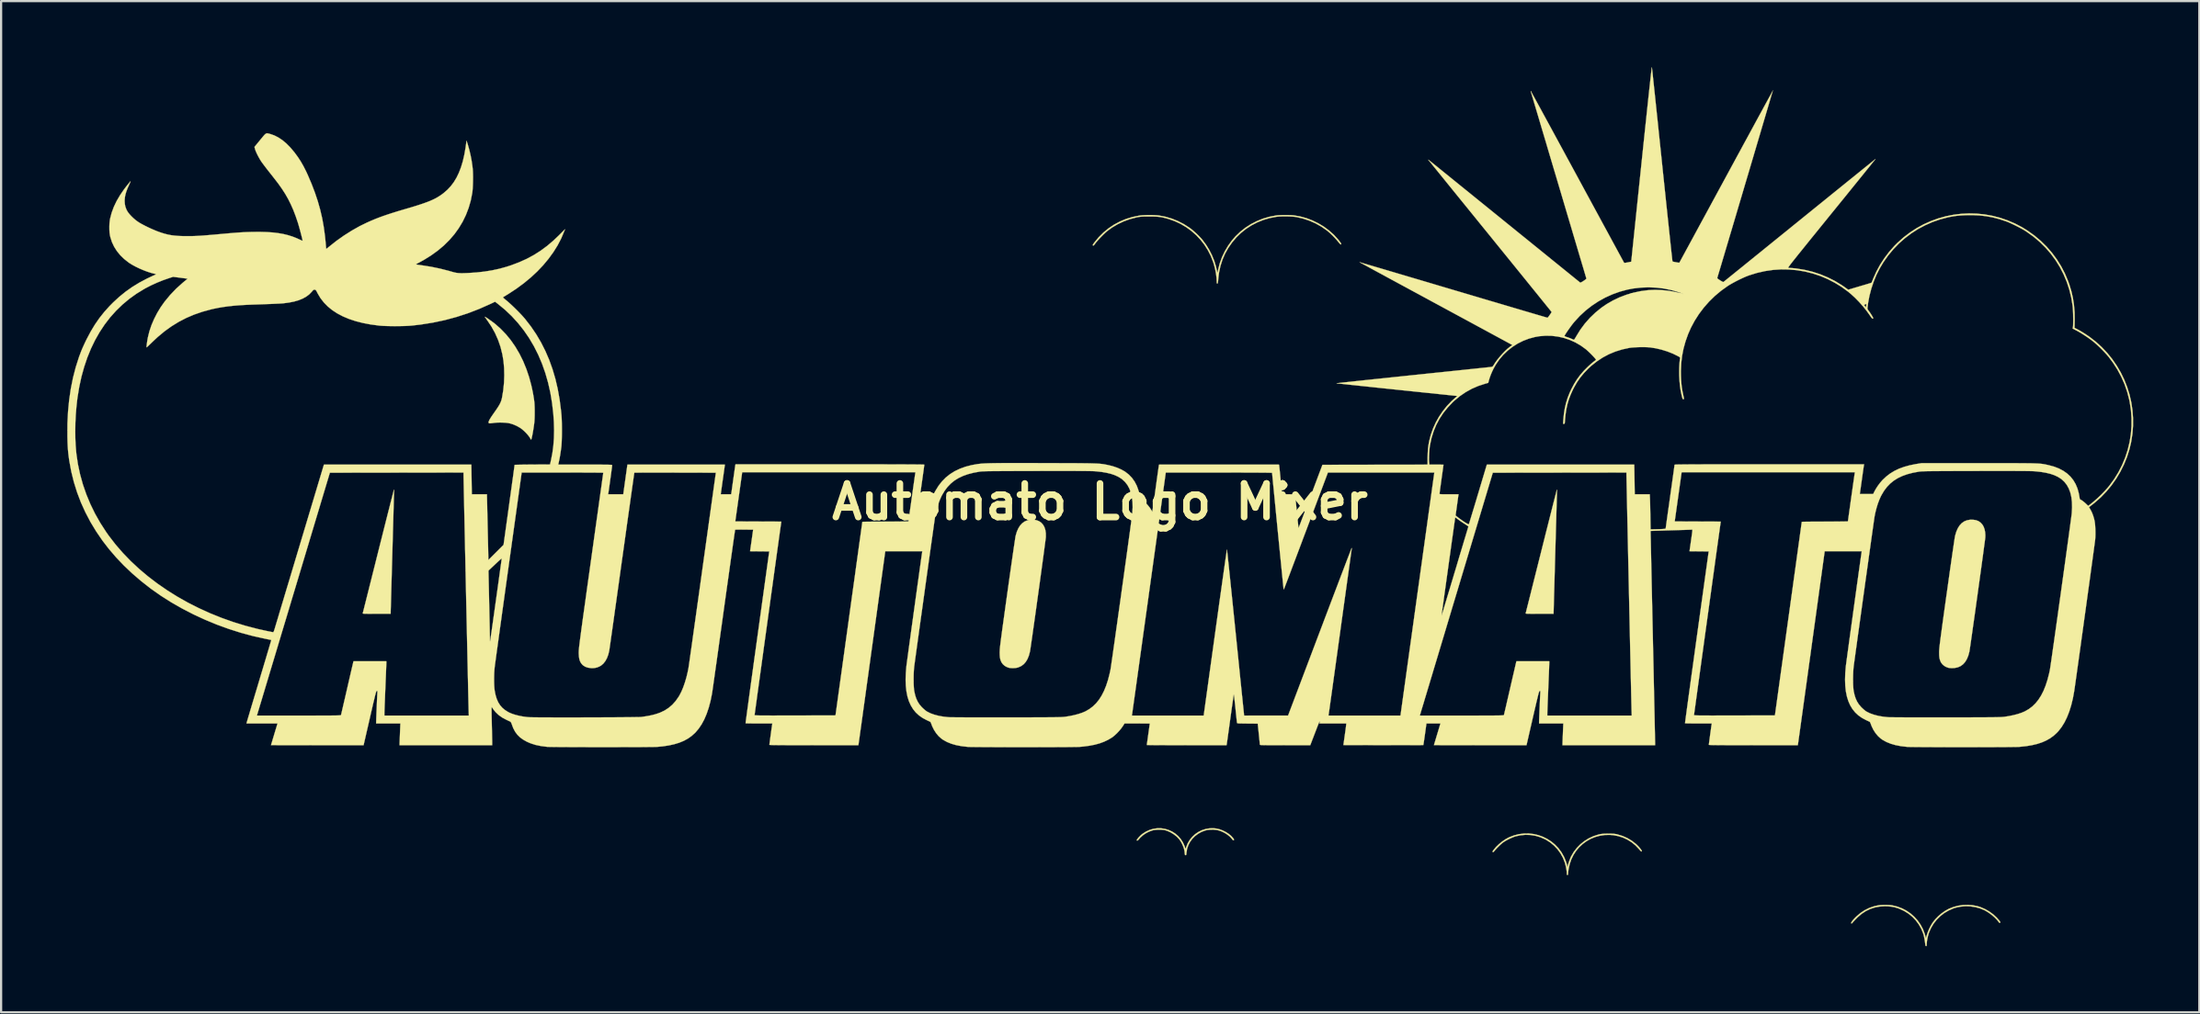
<source format=kicad_pcb>
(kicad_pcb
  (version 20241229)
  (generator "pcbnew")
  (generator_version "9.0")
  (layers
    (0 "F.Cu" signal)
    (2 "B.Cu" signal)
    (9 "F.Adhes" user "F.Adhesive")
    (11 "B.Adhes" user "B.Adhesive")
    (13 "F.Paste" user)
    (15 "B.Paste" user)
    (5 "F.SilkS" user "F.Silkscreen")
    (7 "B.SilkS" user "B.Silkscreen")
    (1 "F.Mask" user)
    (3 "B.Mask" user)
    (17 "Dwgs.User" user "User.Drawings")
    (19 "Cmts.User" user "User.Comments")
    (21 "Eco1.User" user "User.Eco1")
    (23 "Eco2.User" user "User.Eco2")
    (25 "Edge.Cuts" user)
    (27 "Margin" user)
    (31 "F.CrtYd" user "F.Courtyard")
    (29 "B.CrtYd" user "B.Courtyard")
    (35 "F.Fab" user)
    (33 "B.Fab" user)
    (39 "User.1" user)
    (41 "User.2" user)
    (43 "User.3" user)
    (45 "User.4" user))
  (footprint "Automato Logo Mixer"
    (layer "F.Cu")
    (at 46.811 19.719)
    (property "Reference" "Automato Logo Mixer" (at 0 0 0) (layer "F.SilkS") (effects (font (size 1.524 1.524) (thickness 0.3))))
    (attr through_hole)
    (fp_poly (pts (xy 30.51 -18.669) (xy 30.502 -18.662) (xy 30.495 -18.669) (xy 30.502 -18.676) (xy 30.51 -18.669)) (stroke (width 0.01) (type solid)) (fill yes) (layer "F.SilkS"))
    (fp_poly (pts (xy -32.001 -0.539) (xy -31.999 -0.502) (xy -31.999 -0.447) (xy -32 -0.407) (xy -32.001 -0.372) (xy -32.003 -0.31) (xy -32.006 -0.223) (xy -32.009 -0.113) (xy -32.013 0.019) (xy -32.017 0.171) (xy -32.022 0.34) (xy -32.027 0.526) (xy -32.033 0.725) (xy -32.039 0.937) (xy -32.045 1.16) (xy -32.052 1.391) (xy -32.058 1.63) (xy -32.065 1.873) (xy -32.072 2.12) (xy -32.079 2.368) (xy -32.086 2.616) (xy -32.093 2.861) (xy -32.1 3.103) (xy -32.106 3.338) (xy -32.113 3.566) (xy -32.119 3.784) (xy -32.125 3.991) (xy -32.13 4.185) (xy -32.135 4.364) (xy -32.139 4.526) (xy -32.143 4.669) (xy -32.147 4.792) (xy -32.15 4.892) (xy -32.152 4.968) (xy -32.153 5.019) (xy -32.153 5.041) (xy -32.153 5.042) (xy -32.153 5.08) (xy -32.79 5.08) (xy -32.95 5.08) (xy -33.083 5.079) (xy -33.19 5.078) (xy -33.274 5.077) (xy -33.336 5.075) (xy -33.38 5.072) (xy -33.407 5.069) (xy -33.419 5.064) (xy -33.42 5.061) (xy -33.416 5.045) (xy -33.405 5.001) (xy -33.387 4.931) (xy -33.363 4.837) (xy -33.334 4.719) (xy -33.298 4.579) (xy -33.258 4.418) (xy -33.213 4.239) (xy -33.163 4.041) (xy -33.11 3.828) (xy -33.052 3.599) (xy -32.992 3.357) (xy -32.928 3.103) (xy -32.861 2.838) (xy -32.793 2.564) (xy -32.722 2.282) (xy -32.713 2.245) (xy -32.642 1.962) (xy -32.573 1.688) (xy -32.506 1.422) (xy -32.442 1.167) (xy -32.381 0.925) (xy -32.323 0.695) (xy -32.269 0.481) (xy -32.218 0.283) (xy -32.173 0.102) (xy -32.132 -0.06) (xy -32.095 -0.201) (xy -32.065 -0.321) (xy -32.04 -0.417) (xy -32.021 -0.489) (xy -32.009 -0.534) (xy -32.004 -0.552) (xy -32.003 -0.553) (xy -32.001 -0.539)) (stroke (width 0.01) (type solid)) (fill yes) (layer "F.SilkS"))
    (fp_poly (pts (xy 20.712 -0.539) (xy 20.713 -0.502) (xy 20.713 -0.447) (xy 20.712 -0.407) (xy 20.711 -0.372) (xy 20.709 -0.31) (xy 20.707 -0.223) (xy 20.703 -0.113) (xy 20.7 0.019) (xy 20.695 0.171) (xy 20.691 0.34) (xy 20.685 0.526) (xy 20.68 0.725) (xy 20.674 0.937) (xy 20.667 1.16) (xy 20.661 1.391) (xy 20.654 1.63) (xy 20.647 1.873) (xy 20.64 2.12) (xy 20.633 2.368) (xy 20.626 2.616) (xy 20.619 2.861) (xy 20.613 3.103) (xy 20.606 3.338) (xy 20.6 3.566) (xy 20.594 3.784) (xy 20.588 3.991) (xy 20.582 4.185) (xy 20.577 4.364) (xy 20.573 4.526) (xy 20.569 4.669) (xy 20.566 4.792) (xy 20.563 4.892) (xy 20.561 4.968) (xy 20.56 5.019) (xy 20.559 5.041) (xy 20.559 5.042) (xy 20.559 5.08) (xy 19.922 5.08) (xy 19.762 5.08) (xy 19.629 5.079) (xy 19.522 5.078) (xy 19.439 5.077) (xy 19.376 5.075) (xy 19.332 5.072) (xy 19.306 5.069) (xy 19.293 5.064) (xy 19.292 5.061) (xy 19.297 5.045) (xy 19.308 5.001) (xy 19.325 4.931) (xy 19.349 4.837) (xy 19.379 4.719) (xy 19.414 4.579) (xy 19.455 4.418) (xy 19.5 4.239) (xy 19.549 4.041) (xy 19.603 3.828) (xy 19.66 3.599) (xy 19.721 3.357) (xy 19.785 3.103) (xy 19.851 2.838) (xy 19.92 2.564) (xy 19.991 2.282) (xy 20 2.245) (xy 20.071 1.962) (xy 20.14 1.688) (xy 20.206 1.422) (xy 20.271 1.168) (xy 20.332 0.925) (xy 20.39 0.695) (xy 20.444 0.481) (xy 20.494 0.283) (xy 20.54 0.102) (xy 20.581 -0.06) (xy 20.617 -0.201) (xy 20.648 -0.321) (xy 20.672 -0.417) (xy 20.691 -0.489) (xy 20.703 -0.534) (xy 20.709 -0.552) (xy 20.709 -0.553) (xy 20.712 -0.539)) (stroke (width 0.01) (type solid)) (fill yes) (layer "F.SilkS"))
    (fp_poly (pts (xy -27.865 -8.389) (xy -27.829 -8.368) (xy -27.779 -8.336) (xy -27.722 -8.298) (xy -27.442 -8.093) (xy -27.18 -7.864) (xy -26.936 -7.612) (xy -26.71 -7.337) (xy -26.504 -7.041) (xy -26.317 -6.723) (xy -26.15 -6.386) (xy -26.003 -6.028) (xy -25.876 -5.651) (xy -25.781 -5.297) (xy -25.744 -5.132) (xy -25.709 -4.964) (xy -25.68 -4.801) (xy -25.656 -4.65) (xy -25.64 -4.52) (xy -25.639 -4.514) (xy -25.633 -4.42) (xy -25.628 -4.304) (xy -25.625 -4.174) (xy -25.625 -4.037) (xy -25.626 -3.903) (xy -25.63 -3.777) (xy -25.636 -3.669) (xy -25.64 -3.622) (xy -25.65 -3.535) (xy -25.663 -3.439) (xy -25.678 -3.337) (xy -25.695 -3.233) (xy -25.712 -3.133) (xy -25.73 -3.04) (xy -25.746 -2.959) (xy -25.762 -2.893) (xy -25.774 -2.847) (xy -25.784 -2.826) (xy -25.786 -2.824) (xy -25.798 -2.837) (xy -25.819 -2.868) (xy -25.846 -2.913) (xy -25.848 -2.917) (xy -25.894 -2.984) (xy -25.958 -3.062) (xy -26.034 -3.144) (xy -26.117 -3.224) (xy -26.2 -3.296) (xy -26.277 -3.353) (xy -26.285 -3.358) (xy -26.453 -3.452) (xy -26.638 -3.527) (xy -26.742 -3.558) (xy -26.833 -3.577) (xy -26.945 -3.59) (xy -27.071 -3.597) (xy -27.202 -3.599) (xy -27.331 -3.596) (xy -27.448 -3.586) (xy -27.496 -3.579) (xy -27.564 -3.57) (xy -27.624 -3.564) (xy -27.668 -3.562) (xy -27.686 -3.564) (xy -27.708 -3.577) (xy -27.717 -3.6) (xy -27.713 -3.635) (xy -27.694 -3.683) (xy -27.661 -3.747) (xy -27.611 -3.828) (xy -27.544 -3.928) (xy -27.46 -4.05) (xy -27.439 -4.079) (xy -27.353 -4.203) (xy -27.283 -4.309) (xy -27.228 -4.4) (xy -27.185 -4.482) (xy -27.152 -4.56) (xy -27.127 -4.636) (xy -27.108 -4.717) (xy -27.104 -4.734) (xy -27.049 -5.068) (xy -27.015 -5.406) (xy -27.003 -5.744) (xy -27.011 -6.075) (xy -27.04 -6.395) (xy -27.089 -6.688) (xy -27.172 -7.024) (xy -27.283 -7.346) (xy -27.421 -7.657) (xy -27.585 -7.953) (xy -27.776 -8.237) (xy -27.785 -8.248) (xy -27.825 -8.305) (xy -27.857 -8.351) (xy -27.877 -8.383) (xy -27.883 -8.397) (xy -27.882 -8.397) (xy -27.865 -8.389)) (stroke (width 0.01) (type solid)) (fill yes) (layer "F.SilkS"))
    (fp_poly (pts (xy 5.274 14.823) (xy 5.418 14.856) (xy 5.562 14.909) (xy 5.702 14.979) (xy 5.83 15.061) (xy 5.941 15.152) (xy 6.029 15.25) (xy 6.043 15.269) (xy 6.068 15.308) (xy 6.076 15.33) (xy 6.068 15.344) (xy 6.065 15.345) (xy 6.047 15.355) (xy 6.033 15.355) (xy 6.016 15.34) (xy 5.989 15.306) (xy 5.976 15.289) (xy 5.892 15.196) (xy 5.784 15.107) (xy 5.66 15.026) (xy 5.526 14.959) (xy 5.389 14.91) (xy 5.385 14.909) (xy 5.271 14.885) (xy 5.14 14.873) (xy 5.005 14.874) (xy 4.876 14.887) (xy 4.777 14.908) (xy 4.606 14.971) (xy 4.449 15.058) (xy 4.307 15.165) (xy 4.184 15.289) (xy 4.082 15.429) (xy 4.002 15.582) (xy 3.947 15.744) (xy 3.919 15.913) (xy 3.914 15.973) (xy 3.907 16.009) (xy 3.898 16.027) (xy 3.884 16.032) (xy 3.884 16.032) (xy 3.857 16.02) (xy 3.849 16.008) (xy 3.843 15.978) (xy 3.84 15.935) (xy 3.84 15.928) (xy 3.83 15.837) (xy 3.804 15.73) (xy 3.763 15.616) (xy 3.711 15.502) (xy 3.651 15.396) (xy 3.586 15.304) (xy 3.476 15.189) (xy 3.345 15.085) (xy 3.2 14.996) (xy 3.048 14.929) (xy 2.958 14.9) (xy 2.862 14.883) (xy 2.749 14.874) (xy 2.627 14.874) (xy 2.508 14.883) (xy 2.403 14.9) (xy 2.369 14.909) (xy 2.216 14.965) (xy 2.069 15.042) (xy 1.935 15.136) (xy 1.82 15.242) (xy 1.771 15.299) (xy 1.728 15.346) (xy 1.694 15.369) (xy 1.671 15.365) (xy 1.663 15.351) (xy 1.67 15.33) (xy 1.694 15.294) (xy 1.732 15.247) (xy 1.779 15.195) (xy 1.83 15.143) (xy 1.883 15.095) (xy 1.922 15.063) (xy 2.083 14.96) (xy 2.25 14.884) (xy 2.423 14.834) (xy 2.597 14.81) (xy 2.771 14.811) (xy 2.942 14.837) (xy 3.107 14.886) (xy 3.264 14.957) (xy 3.41 15.05) (xy 3.543 15.164) (xy 3.66 15.298) (xy 3.758 15.452) (xy 3.836 15.625) (xy 3.845 15.653) (xy 3.878 15.751) (xy 3.906 15.663) (xy 3.975 15.492) (xy 4.068 15.335) (xy 4.182 15.196) (xy 4.314 15.075) (xy 4.462 14.974) (xy 4.623 14.896) (xy 4.795 14.841) (xy 4.974 14.812) (xy 5.158 14.81) (xy 5.274 14.823)) (stroke (width 0.01) (type solid)) (fill yes) (layer "F.SilkS"))
    (fp_poly (pts (xy -2.883 0.831) (xy -2.765 0.876) (xy -2.665 0.944) (xy -2.584 1.033) (xy -2.521 1.144) (xy -2.478 1.275) (xy -2.456 1.424) (xy -2.455 1.591) (xy -2.458 1.622) (xy -2.465 1.681) (xy -2.476 1.765) (xy -2.49 1.873) (xy -2.507 2.003) (xy -2.527 2.153) (xy -2.549 2.321) (xy -2.574 2.506) (xy -2.601 2.704) (xy -2.63 2.915) (xy -2.66 3.136) (xy -2.692 3.366) (xy -2.724 3.603) (xy -2.757 3.844) (xy -2.791 4.088) (xy -2.825 4.332) (xy -2.859 4.576) (xy -2.892 4.817) (xy -2.925 5.052) (xy -2.957 5.281) (xy -2.988 5.501) (xy -3.018 5.711) (xy -3.046 5.908) (xy -3.071 6.09) (xy -3.095 6.256) (xy -3.117 6.404) (xy -3.135 6.531) (xy -3.151 6.637) (xy -3.163 6.718) (xy -3.172 6.773) (xy -3.177 6.798) (xy -3.225 6.978) (xy -3.288 7.132) (xy -3.365 7.261) (xy -3.458 7.366) (xy -3.566 7.447) (xy -3.692 7.505) (xy -3.752 7.524) (xy -3.82 7.536) (xy -3.905 7.542) (xy -3.995 7.543) (xy -4.077 7.537) (xy -4.128 7.529) (xy -4.229 7.493) (xy -4.323 7.438) (xy -4.403 7.367) (xy -4.461 7.288) (xy -4.466 7.279) (xy -4.499 7.207) (xy -4.522 7.134) (xy -4.537 7.055) (xy -4.545 6.961) (xy -4.548 6.846) (xy -4.548 6.828) (xy -4.547 6.798) (xy -4.546 6.767) (xy -4.544 6.732) (xy -4.542 6.692) (xy -4.538 6.646) (xy -4.533 6.592) (xy -4.526 6.529) (xy -4.517 6.456) (xy -4.507 6.371) (xy -4.494 6.272) (xy -4.48 6.159) (xy -4.462 6.029) (xy -4.443 5.882) (xy -4.42 5.715) (xy -4.394 5.528) (xy -4.365 5.319) (xy -4.333 5.087) (xy -4.297 4.829) (xy -4.258 4.546) (xy -4.214 4.234) (xy -4.201 4.139) (xy -4.163 3.868) (xy -4.126 3.605) (xy -4.09 3.35) (xy -4.055 3.105) (xy -4.022 2.871) (xy -3.99 2.651) (xy -3.961 2.446) (xy -3.933 2.257) (xy -3.909 2.087) (xy -3.886 1.937) (xy -3.867 1.808) (xy -3.851 1.702) (xy -3.839 1.621) (xy -3.83 1.567) (xy -3.825 1.541) (xy -3.771 1.358) (xy -3.703 1.202) (xy -3.621 1.072) (xy -3.525 0.968) (xy -3.415 0.89) (xy -3.291 0.838) (xy -3.152 0.812) (xy -3.017 0.81) (xy -2.883 0.831)) (stroke (width 0.01) (type solid)) (fill yes) (layer "F.SilkS"))
    (fp_poly (pts (xy 39.7 0.83) (xy 39.816 0.873) (xy 39.914 0.94) (xy 39.996 1.031) (xy 40.05 1.124) (xy 40.093 1.24) (xy 40.12 1.373) (xy 40.13 1.518) (xy 40.127 1.613) (xy 40.124 1.644) (xy 40.117 1.702) (xy 40.106 1.786) (xy 40.092 1.893) (xy 40.074 2.023) (xy 40.054 2.172) (xy 40.032 2.34) (xy 40.007 2.523) (xy 39.98 2.721) (xy 39.951 2.931) (xy 39.921 3.151) (xy 39.889 3.38) (xy 39.857 3.615) (xy 39.823 3.855) (xy 39.79 4.098) (xy 39.756 4.342) (xy 39.722 4.584) (xy 39.689 4.824) (xy 39.656 5.059) (xy 39.624 5.287) (xy 39.593 5.506) (xy 39.563 5.714) (xy 39.536 5.91) (xy 39.51 6.092) (xy 39.486 6.257) (xy 39.465 6.404) (xy 39.447 6.531) (xy 39.431 6.636) (xy 39.419 6.717) (xy 39.41 6.772) (xy 39.406 6.798) (xy 39.356 6.981) (xy 39.291 7.138) (xy 39.211 7.269) (xy 39.115 7.374) (xy 39.004 7.454) (xy 38.878 7.509) (xy 38.736 7.538) (xy 38.618 7.544) (xy 38.555 7.541) (xy 38.495 7.536) (xy 38.455 7.529) (xy 38.354 7.493) (xy 38.259 7.438) (xy 38.179 7.367) (xy 38.121 7.288) (xy 38.116 7.279) (xy 38.083 7.207) (xy 38.06 7.134) (xy 38.045 7.055) (xy 38.037 6.961) (xy 38.035 6.846) (xy 38.035 6.828) (xy 38.035 6.798) (xy 38.036 6.767) (xy 38.038 6.732) (xy 38.041 6.692) (xy 38.045 6.646) (xy 38.05 6.592) (xy 38.057 6.529) (xy 38.065 6.456) (xy 38.076 6.371) (xy 38.088 6.272) (xy 38.103 6.159) (xy 38.12 6.029) (xy 38.14 5.881) (xy 38.163 5.715) (xy 38.188 5.527) (xy 38.217 5.318) (xy 38.249 5.086) (xy 38.285 4.828) (xy 38.325 4.544) (xy 38.368 4.233) (xy 38.382 4.139) (xy 38.42 3.868) (xy 38.457 3.605) (xy 38.493 3.35) (xy 38.527 3.105) (xy 38.561 2.871) (xy 38.592 2.651) (xy 38.622 2.446) (xy 38.649 2.257) (xy 38.674 2.087) (xy 38.696 1.937) (xy 38.715 1.808) (xy 38.731 1.702) (xy 38.744 1.621) (xy 38.753 1.567) (xy 38.758 1.541) (xy 38.812 1.358) (xy 38.879 1.202) (xy 38.961 1.072) (xy 39.057 0.968) (xy 39.167 0.89) (xy 39.292 0.838) (xy 39.431 0.812) (xy 39.565 0.81) (xy 39.7 0.83)) (stroke (width 0.01) (type solid)) (fill yes) (layer "F.SilkS"))
    (fp_poly (pts (xy 39.571 18.304) (xy 39.787 18.348) (xy 39.911 18.387) (xy 40.114 18.474) (xy 40.307 18.584) (xy 40.487 18.715) (xy 40.648 18.864) (xy 40.757 18.989) (xy 40.79 19.032) (xy 40.807 19.06) (xy 40.809 19.077) (xy 40.799 19.092) (xy 40.798 19.093) (xy 40.779 19.107) (xy 40.763 19.099) (xy 40.751 19.083) (xy 40.66 18.969) (xy 40.547 18.854) (xy 40.419 18.743) (xy 40.282 18.642) (xy 40.145 18.557) (xy 40.095 18.531) (xy 39.894 18.447) (xy 39.681 18.388) (xy 39.461 18.354) (xy 39.238 18.346) (xy 39.017 18.364) (xy 38.802 18.408) (xy 38.679 18.447) (xy 38.468 18.539) (xy 38.271 18.655) (xy 38.091 18.794) (xy 37.93 18.954) (xy 37.789 19.132) (xy 37.672 19.327) (xy 37.579 19.536) (xy 37.562 19.585) (xy 37.529 19.699) (xy 37.502 19.82) (xy 37.482 19.937) (xy 37.473 20.041) (xy 37.472 20.068) (xy 37.471 20.117) (xy 37.466 20.144) (xy 37.455 20.154) (xy 37.444 20.156) (xy 37.427 20.151) (xy 37.416 20.132) (xy 37.409 20.093) (xy 37.406 20.07) (xy 37.39 19.942) (xy 37.369 19.816) (xy 37.345 19.7) (xy 37.318 19.603) (xy 37.314 19.589) (xy 37.227 19.375) (xy 37.114 19.175) (xy 36.979 18.993) (xy 36.822 18.828) (xy 36.645 18.684) (xy 36.451 18.563) (xy 36.241 18.465) (xy 36.16 18.436) (xy 36.014 18.393) (xy 35.866 18.365) (xy 35.707 18.351) (xy 35.579 18.348) (xy 35.345 18.361) (xy 35.122 18.403) (xy 34.912 18.471) (xy 34.713 18.567) (xy 34.525 18.691) (xy 34.349 18.842) (xy 34.335 18.856) (xy 34.274 18.917) (xy 34.216 18.977) (xy 34.166 19.029) (xy 34.132 19.068) (xy 34.124 19.076) (xy 34.091 19.114) (xy 34.068 19.129) (xy 34.052 19.126) (xy 34.046 19.105) (xy 34.061 19.068) (xy 34.096 19.016) (xy 34.149 18.951) (xy 34.218 18.876) (xy 34.282 18.813) (xy 34.464 18.657) (xy 34.659 18.527) (xy 34.867 18.424) (xy 35.085 18.349) (xy 35.254 18.311) (xy 35.357 18.297) (xy 35.478 18.29) (xy 35.607 18.288) (xy 35.735 18.291) (xy 35.851 18.3) (xy 35.919 18.309) (xy 36.143 18.364) (xy 36.357 18.445) (xy 36.558 18.55) (xy 36.745 18.679) (xy 36.914 18.829) (xy 37.065 18.998) (xy 37.194 19.184) (xy 37.301 19.385) (xy 37.382 19.6) (xy 37.402 19.67) (xy 37.436 19.798) (xy 37.477 19.652) (xy 37.524 19.513) (xy 37.587 19.365) (xy 37.66 19.221) (xy 37.738 19.092) (xy 37.744 19.084) (xy 37.858 18.939) (xy 37.994 18.799) (xy 38.146 18.669) (xy 38.308 18.556) (xy 38.471 18.465) (xy 38.477 18.462) (xy 38.682 18.381) (xy 38.899 18.324) (xy 39.122 18.292) (xy 39.348 18.286) (xy 39.571 18.304)) (stroke (width 0.01) (type solid)) (fill yes) (layer "F.SilkS"))
    (fp_poly (pts (xy 19.65 15.071) (xy 19.864 15.12) (xy 20.071 15.194) (xy 20.268 15.291) (xy 20.454 15.41) (xy 20.625 15.552) (xy 20.779 15.714) (xy 20.915 15.897) (xy 21.03 16.1) (xy 21.037 16.114) (xy 21.066 16.181) (xy 21.096 16.256) (xy 21.124 16.334) (xy 21.148 16.406) (xy 21.164 16.465) (xy 21.171 16.506) (xy 21.172 16.51) (xy 21.179 16.538) (xy 21.187 16.547) (xy 21.198 16.543) (xy 21.202 16.524) (xy 21.207 16.491) (xy 21.221 16.437) (xy 21.243 16.369) (xy 21.269 16.294) (xy 21.297 16.218) (xy 21.325 16.148) (xy 21.35 16.092) (xy 21.352 16.089) (xy 21.469 15.887) (xy 21.61 15.703) (xy 21.771 15.537) (xy 21.952 15.392) (xy 22.148 15.269) (xy 22.359 15.171) (xy 22.581 15.098) (xy 22.688 15.074) (xy 22.756 15.065) (xy 22.85 15.058) (xy 22.965 15.055) (xy 23.054 15.054) (xy 23.158 15.055) (xy 23.238 15.057) (xy 23.304 15.062) (xy 23.361 15.069) (xy 23.417 15.08) (xy 23.458 15.09) (xy 23.688 15.16) (xy 23.9 15.253) (xy 24.098 15.37) (xy 24.284 15.514) (xy 24.298 15.526) (xy 24.355 15.58) (xy 24.412 15.639) (xy 24.464 15.699) (xy 24.508 15.754) (xy 24.541 15.8) (xy 24.557 15.833) (xy 24.558 15.845) (xy 24.548 15.861) (xy 24.535 15.864) (xy 24.514 15.849) (xy 24.482 15.816) (xy 24.435 15.762) (xy 24.429 15.755) (xy 24.274 15.591) (xy 24.1 15.448) (xy 23.91 15.329) (xy 23.705 15.234) (xy 23.489 15.165) (xy 23.264 15.122) (xy 23.113 15.11) (xy 22.883 15.114) (xy 22.66 15.147) (xy 22.446 15.206) (xy 22.243 15.289) (xy 22.053 15.396) (xy 21.878 15.524) (xy 21.719 15.673) (xy 21.579 15.84) (xy 21.459 16.024) (xy 21.361 16.224) (xy 21.288 16.438) (xy 21.24 16.663) (xy 21.23 16.734) (xy 21.222 16.801) (xy 21.217 16.853) (xy 21.216 16.874) (xy 21.213 16.911) (xy 21.201 16.926) (xy 21.187 16.928) (xy 21.169 16.925) (xy 21.16 16.909) (xy 21.157 16.874) (xy 21.157 16.849) (xy 21.152 16.762) (xy 21.137 16.658) (xy 21.116 16.545) (xy 21.089 16.435) (xy 21.065 16.355) (xy 20.98 16.143) (xy 20.869 15.945) (xy 20.734 15.761) (xy 20.578 15.596) (xy 20.403 15.451) (xy 20.211 15.329) (xy 20.174 15.31) (xy 19.961 15.216) (xy 19.74 15.151) (xy 19.514 15.114) (xy 19.286 15.106) (xy 19.057 15.127) (xy 18.842 15.174) (xy 18.751 15.205) (xy 18.645 15.249) (xy 18.533 15.301) (xy 18.425 15.357) (xy 18.329 15.414) (xy 18.258 15.462) (xy 18.203 15.508) (xy 18.137 15.568) (xy 18.065 15.638) (xy 17.994 15.709) (xy 17.931 15.777) (xy 17.882 15.834) (xy 17.868 15.851) (xy 17.841 15.883) (xy 17.821 15.893) (xy 17.805 15.888) (xy 17.793 15.878) (xy 17.793 15.863) (xy 17.806 15.838) (xy 17.835 15.796) (xy 17.846 15.782) (xy 17.952 15.655) (xy 18.08 15.531) (xy 18.223 15.414) (xy 18.373 15.311) (xy 18.524 15.228) (xy 18.543 15.219) (xy 18.761 15.135) (xy 18.984 15.078) (xy 19.207 15.05) (xy 19.43 15.047) (xy 19.65 15.071)) (stroke (width 0.01) (type solid)) (fill yes) (layer "F.SilkS"))
    (fp_poly (pts (xy 8.557 -13.011) (xy 8.665 -13.008) (xy 8.755 -13.001) (xy 8.786 -12.998) (xy 9.073 -12.948) (xy 9.356 -12.871) (xy 9.63 -12.767) (xy 9.894 -12.638) (xy 10.145 -12.487) (xy 10.379 -12.314) (xy 10.595 -12.121) (xy 10.789 -11.909) (xy 10.838 -11.849) (xy 10.886 -11.785) (xy 10.917 -11.741) (xy 10.932 -11.711) (xy 10.933 -11.693) (xy 10.921 -11.682) (xy 10.916 -11.679) (xy 10.896 -11.687) (xy 10.863 -11.719) (xy 10.817 -11.773) (xy 10.801 -11.793) (xy 10.721 -11.889) (xy 10.625 -11.994) (xy 10.519 -12.101) (xy 10.412 -12.202) (xy 10.31 -12.29) (xy 10.279 -12.314) (xy 10.034 -12.486) (xy 9.772 -12.633) (xy 9.495 -12.755) (xy 9.203 -12.852) (xy 8.912 -12.92) (xy 8.829 -12.932) (xy 8.722 -12.941) (xy 8.6 -12.947) (xy 8.47 -12.951) (xy 8.338 -12.951) (xy 8.212 -12.949) (xy 8.098 -12.943) (xy 8.004 -12.934) (xy 7.994 -12.933) (xy 7.693 -12.875) (xy 7.403 -12.79) (xy 7.126 -12.679) (xy 6.863 -12.542) (xy 6.615 -12.38) (xy 6.383 -12.194) (xy 6.185 -12.001) (xy 5.987 -11.768) (xy 5.815 -11.521) (xy 5.669 -11.261) (xy 5.551 -10.989) (xy 5.459 -10.703) (xy 5.395 -10.406) (xy 5.361 -10.126) (xy 5.354 -10.041) (xy 5.348 -9.98) (xy 5.341 -9.941) (xy 5.334 -9.918) (xy 5.326 -9.908) (xy 5.316 -9.906) (xy 5.301 -9.91) (xy 5.293 -9.927) (xy 5.29 -9.963) (xy 5.289 -9.996) (xy 5.281 -10.166) (xy 5.258 -10.353) (xy 5.221 -10.548) (xy 5.171 -10.745) (xy 5.131 -10.875) (xy 5.025 -11.15) (xy 4.892 -11.411) (xy 4.736 -11.658) (xy 4.557 -11.888) (xy 4.357 -12.101) (xy 4.138 -12.293) (xy 3.902 -12.464) (xy 3.65 -12.613) (xy 3.384 -12.736) (xy 3.106 -12.834) (xy 3.085 -12.84) (xy 2.971 -12.871) (xy 2.872 -12.896) (xy 2.781 -12.915) (xy 2.692 -12.928) (xy 2.597 -12.937) (xy 2.492 -12.943) (xy 2.369 -12.945) (xy 2.226 -12.946) (xy 2.107 -12.946) (xy 2.012 -12.945) (xy 1.936 -12.943) (xy 1.874 -12.939) (xy 1.82 -12.934) (xy 1.769 -12.927) (xy 1.716 -12.917) (xy 1.654 -12.905) (xy 1.651 -12.904) (xy 1.355 -12.827) (xy 1.071 -12.724) (xy 0.801 -12.597) (xy 0.547 -12.446) (xy 0.329 -12.286) (xy 0.253 -12.221) (xy 0.166 -12.139) (xy 0.075 -12.048) (xy -0.016 -11.953) (xy -0.1 -11.861) (xy -0.17 -11.779) (xy -0.201 -11.74) (xy -0.242 -11.685) (xy -0.271 -11.65) (xy -0.29 -11.632) (xy -0.305 -11.628) (xy -0.319 -11.633) (xy -0.326 -11.637) (xy -0.33 -11.65) (xy -0.32 -11.675) (xy -0.294 -11.717) (xy -0.257 -11.768) (xy -0.062 -12.004) (xy 0.152 -12.218) (xy 0.384 -12.409) (xy 0.633 -12.575) (xy 0.897 -12.717) (xy 1.174 -12.833) (xy 1.463 -12.922) (xy 1.764 -12.984) (xy 1.811 -12.991) (xy 1.914 -13.002) (xy 2.038 -13.009) (xy 2.174 -13.013) (xy 2.316 -13.013) (xy 2.453 -13.009) (xy 2.577 -13.001) (xy 2.676 -12.991) (xy 2.969 -12.935) (xy 3.257 -12.85) (xy 3.536 -12.738) (xy 3.804 -12.599) (xy 4.058 -12.435) (xy 4.127 -12.384) (xy 4.216 -12.312) (xy 4.316 -12.224) (xy 4.418 -12.127) (xy 4.515 -12.029) (xy 4.601 -11.937) (xy 4.651 -11.878) (xy 4.809 -11.663) (xy 4.951 -11.432) (xy 5.074 -11.19) (xy 5.174 -10.944) (xy 5.25 -10.699) (xy 5.273 -10.599) (xy 5.287 -10.532) (xy 5.3 -10.472) (xy 5.31 -10.429) (xy 5.313 -10.414) (xy 5.319 -10.406) (xy 5.328 -10.423) (xy 5.34 -10.467) (xy 5.355 -10.538) (xy 5.357 -10.545) (xy 5.429 -10.825) (xy 5.529 -11.1) (xy 5.655 -11.367) (xy 5.806 -11.621) (xy 5.979 -11.861) (xy 6.146 -12.053) (xy 6.36 -12.258) (xy 6.593 -12.441) (xy 6.843 -12.601) (xy 7.108 -12.738) (xy 7.384 -12.849) (xy 7.671 -12.933) (xy 7.965 -12.99) (xy 8.023 -12.998) (xy 8.102 -13.005) (xy 8.203 -13.01) (xy 8.318 -13.013) (xy 8.439 -13.013) (xy 8.557 -13.011)) (stroke (width 0.01) (type solid)) (fill yes) (layer "F.SilkS"))
    (fp_poly (pts (xy 25.018 -19.694) (xy 25.023 -19.646) (xy 25.032 -19.571) (xy 25.043 -19.469) (xy 25.056 -19.342) (xy 25.072 -19.192) (xy 25.091 -19.019) (xy 25.111 -18.825) (xy 25.134 -18.61) (xy 25.159 -18.376) (xy 25.185 -18.124) (xy 25.213 -17.856) (xy 25.243 -17.572) (xy 25.275 -17.273) (xy 25.307 -16.961) (xy 25.341 -16.638) (xy 25.376 -16.303) (xy 25.412 -15.959) (xy 25.449 -15.607) (xy 25.482 -15.286) (xy 25.519 -14.927) (xy 25.556 -14.577) (xy 25.592 -14.235) (xy 25.627 -13.903) (xy 25.66 -13.582) (xy 25.693 -13.274) (xy 25.724 -12.979) (xy 25.754 -12.699) (xy 25.782 -12.435) (xy 25.808 -12.187) (xy 25.832 -11.958) (xy 25.855 -11.749) (xy 25.875 -11.559) (xy 25.893 -11.392) (xy 25.909 -11.247) (xy 25.923 -11.126) (xy 25.933 -11.031) (xy 25.941 -10.962) (xy 25.947 -10.92) (xy 25.949 -10.907) (xy 25.967 -10.9) (xy 26.007 -10.891) (xy 26.059 -10.88) (xy 26.118 -10.869) (xy 26.174 -10.859) (xy 26.221 -10.852) (xy 26.251 -10.849) (xy 26.258 -10.849) (xy 26.266 -10.863) (xy 26.287 -10.901) (xy 26.321 -10.964) (xy 26.368 -11.05) (xy 26.427 -11.159) (xy 26.497 -11.288) (xy 26.578 -11.438) (xy 26.67 -11.606) (xy 26.771 -11.793) (xy 26.882 -11.997) (xy 27.001 -12.217) (xy 27.128 -12.452) (xy 27.263 -12.701) (xy 27.405 -12.962) (xy 27.554 -13.236) (xy 27.708 -13.521) (xy 27.868 -13.816) (xy 28.032 -14.119) (xy 28.201 -14.43) (xy 28.374 -14.749) (xy 28.374 -14.75) (xy 28.547 -15.068) (xy 28.716 -15.38) (xy 28.88 -15.683) (xy 29.04 -15.977) (xy 29.194 -16.262) (xy 29.343 -16.535) (xy 29.485 -16.797) (xy 29.62 -17.045) (xy 29.747 -17.28) (xy 29.866 -17.499) (xy 29.977 -17.702) (xy 30.078 -17.889) (xy 30.17 -18.057) (xy 30.251 -18.206) (xy 30.322 -18.335) (xy 30.381 -18.442) (xy 30.427 -18.528) (xy 30.462 -18.59) (xy 30.483 -18.628) (xy 30.491 -18.641) (xy 30.491 -18.641) (xy 30.487 -18.627) (xy 30.475 -18.585) (xy 30.455 -18.517) (xy 30.428 -18.425) (xy 30.394 -18.31) (xy 30.353 -18.173) (xy 30.307 -18.015) (xy 30.255 -17.838) (xy 30.197 -17.644) (xy 30.135 -17.433) (xy 30.068 -17.207) (xy 29.997 -16.967) (xy 29.923 -16.715) (xy 29.845 -16.452) (xy 29.764 -16.179) (xy 29.681 -15.898) (xy 29.596 -15.61) (xy 29.509 -15.317) (xy 29.421 -15.019) (xy 29.332 -14.719) (xy 29.242 -14.417) (xy 29.153 -14.115) (xy 29.064 -13.814) (xy 28.975 -13.516) (xy 28.888 -13.222) (xy 28.803 -12.933) (xy 28.719 -12.651) (xy 28.638 -12.377) (xy 28.559 -12.113) (xy 28.484 -11.859) (xy 28.412 -11.617) (xy 28.344 -11.389) (xy 28.281 -11.175) (xy 28.222 -10.978) (xy 28.169 -10.798) (xy 28.121 -10.638) (xy 28.079 -10.497) (xy 28.043 -10.378) (xy 28.015 -10.283) (xy 27.993 -10.211) (xy 27.98 -10.166) (xy 27.98 -10.15) (xy 27.994 -10.131) (xy 28.025 -10.105) (xy 28.076 -10.07) (xy 28.105 -10.051) (xy 28.168 -10.013) (xy 28.217 -9.987) (xy 28.249 -9.975) (xy 28.258 -9.975) (xy 28.271 -9.986) (xy 28.306 -10.014) (xy 28.363 -10.059) (xy 28.44 -10.122) (xy 28.536 -10.2) (xy 28.652 -10.293) (xy 28.785 -10.401) (xy 28.935 -10.522) (xy 29.101 -10.656) (xy 29.282 -10.803) (xy 29.477 -10.961) (xy 29.685 -11.13) (xy 29.906 -11.308) (xy 30.137 -11.496) (xy 30.38 -11.693) (xy 30.632 -11.897) (xy 30.892 -12.108) (xy 31.161 -12.325) (xy 31.436 -12.549) (xy 31.71 -12.771) (xy 31.991 -12.999) (xy 32.266 -13.222) (xy 32.534 -13.439) (xy 32.794 -13.649) (xy 33.045 -13.853) (xy 33.286 -14.048) (xy 33.517 -14.235) (xy 33.737 -14.413) (xy 33.944 -14.581) (xy 34.138 -14.737) (xy 34.318 -14.883) (xy 34.483 -15.016) (xy 34.631 -15.136) (xy 34.763 -15.242) (xy 34.877 -15.334) (xy 34.972 -15.411) (xy 35.048 -15.472) (xy 35.103 -15.516) (xy 35.137 -15.542) (xy 35.149 -15.551) (xy 35.14 -15.539) (xy 35.113 -15.505) (xy 35.069 -15.45) (xy 35.009 -15.375) (xy 34.933 -15.281) (xy 34.843 -15.169) (xy 34.739 -15.041) (xy 34.623 -14.896) (xy 34.494 -14.737) (xy 34.355 -14.565) (xy 34.205 -14.38) (xy 34.046 -14.183) (xy 33.879 -13.976) (xy 33.704 -13.76) (xy 33.522 -13.536) (xy 33.334 -13.304) (xy 33.159 -13.089) (xy 32.926 -12.801) (xy 32.711 -12.536) (xy 32.514 -12.292) (xy 32.333 -12.069) (xy 32.168 -11.866) (xy 32.02 -11.681) (xy 31.886 -11.515) (xy 31.766 -11.366) (xy 31.659 -11.234) (xy 31.566 -11.117) (xy 31.485 -11.015) (xy 31.415 -10.927) (xy 31.356 -10.852) (xy 31.308 -10.789) (xy 31.268 -10.737) (xy 31.238 -10.696) (xy 31.216 -10.665) (xy 31.201 -10.643) (xy 31.193 -10.629) (xy 31.192 -10.622) (xy 31.193 -10.621) (xy 31.222 -10.615) (xy 31.269 -10.61) (xy 31.302 -10.609) (xy 31.351 -10.607) (xy 31.419 -10.601) (xy 31.498 -10.594) (xy 31.566 -10.586) (xy 31.935 -10.526) (xy 32.297 -10.438) (xy 32.649 -10.324) (xy 32.99 -10.183) (xy 33.317 -10.018) (xy 33.628 -9.828) (xy 33.771 -9.729) (xy 33.914 -9.625) (xy 34.442 -9.782) (xy 34.562 -9.817) (xy 34.672 -9.85) (xy 34.77 -9.879) (xy 34.852 -9.904) (xy 34.915 -9.923) (xy 34.956 -9.936) (xy 34.972 -9.941) (xy 34.972 -9.941) (xy 34.977 -9.955) (xy 34.992 -9.991) (xy 35.014 -10.045) (xy 35.04 -10.111) (xy 35.044 -10.123) (xy 35.187 -10.442) (xy 35.356 -10.753) (xy 35.551 -11.055) (xy 35.769 -11.343) (xy 36.008 -11.614) (xy 36.139 -11.746) (xy 36.416 -11.995) (xy 36.708 -12.218) (xy 37.013 -12.417) (xy 37.33 -12.59) (xy 37.657 -12.737) (xy 37.992 -12.859) (xy 38.334 -12.955) (xy 38.682 -13.024) (xy 39.033 -13.068) (xy 39.387 -13.085) (xy 39.742 -13.076) (xy 40.095 -13.04) (xy 40.447 -12.978) (xy 40.794 -12.889) (xy 41.136 -12.772) (xy 41.471 -12.629) (xy 41.797 -12.458) (xy 42.044 -12.305) (xy 42.353 -12.084) (xy 42.64 -11.842) (xy 42.906 -11.581) (xy 43.149 -11.301) (xy 43.369 -11.004) (xy 43.565 -10.69) (xy 43.736 -10.36) (xy 43.881 -10.016) (xy 43.934 -9.869) (xy 44.028 -9.557) (xy 44.099 -9.246) (xy 44.147 -8.931) (xy 44.174 -8.606) (xy 44.179 -8.265) (xy 44.178 -8.227) (xy 44.172 -7.893) (xy 44.27 -7.844) (xy 44.366 -7.794) (xy 44.478 -7.73) (xy 44.597 -7.657) (xy 44.717 -7.579) (xy 44.83 -7.502) (xy 44.839 -7.496) (xy 45.133 -7.269) (xy 45.405 -7.022) (xy 45.655 -6.757) (xy 45.883 -6.475) (xy 46.087 -6.178) (xy 46.268 -5.868) (xy 46.425 -5.545) (xy 46.556 -5.212) (xy 46.663 -4.87) (xy 46.743 -4.52) (xy 46.797 -4.165) (xy 46.824 -3.804) (xy 46.824 -3.442) (xy 46.795 -3.077) (xy 46.738 -2.713) (xy 46.659 -2.379) (xy 46.55 -2.032) (xy 46.412 -1.694) (xy 46.249 -1.367) (xy 46.062 -1.052) (xy 45.852 -0.753) (xy 45.62 -0.472) (xy 45.369 -0.21) (xy 45.099 0.029) (xy 45.005 0.104) (xy 44.828 0.241) (xy 44.898 0.358) (xy 44.959 0.477) (xy 45.014 0.617) (xy 45.059 0.768) (xy 45.086 0.89) (xy 45.099 0.983) (xy 45.109 1.098) (xy 45.116 1.227) (xy 45.119 1.361) (xy 45.119 1.494) (xy 45.115 1.618) (xy 45.109 1.7) (xy 45.106 1.727) (xy 45.099 1.783) (xy 45.088 1.866) (xy 45.074 1.972) (xy 45.056 2.102) (xy 45.036 2.254) (xy 45.012 2.425) (xy 44.987 2.614) (xy 44.958 2.82) (xy 44.928 3.04) (xy 44.896 3.274) (xy 44.863 3.519) (xy 44.828 3.774) (xy 44.791 4.037) (xy 44.754 4.307) (xy 44.716 4.582) (xy 44.678 4.861) (xy 44.639 5.141) (xy 44.6 5.421) (xy 44.562 5.699) (xy 44.524 5.974) (xy 44.486 6.245) (xy 44.45 6.509) (xy 44.414 6.764) (xy 44.38 7.01) (xy 44.347 7.245) (xy 44.316 7.466) (xy 44.287 7.673) (xy 44.261 7.863) (xy 44.236 8.036) (xy 44.215 8.189) (xy 44.196 8.32) (xy 44.181 8.429) (xy 44.168 8.513) (xy 44.16 8.57) (xy 44.158 8.584) (xy 44.097 8.919) (xy 44.021 9.231) (xy 43.932 9.517) (xy 43.829 9.778) (xy 43.713 10.013) (xy 43.583 10.222) (xy 43.44 10.405) (xy 43.367 10.483) (xy 43.221 10.615) (xy 43.062 10.73) (xy 42.886 10.829) (xy 42.692 10.914) (xy 42.478 10.984) (xy 42.243 11.04) (xy 41.985 11.083) (xy 41.7 11.113) (xy 41.665 11.116) (xy 41.624 11.118) (xy 41.555 11.12) (xy 41.46 11.122) (xy 41.341 11.123) (xy 41.2 11.125) (xy 41.04 11.126) (xy 40.863 11.127) (xy 40.669 11.128) (xy 40.462 11.129) (xy 40.243 11.13) (xy 40.015 11.13) (xy 39.78 11.131) (xy 39.539 11.131) (xy 39.294 11.131) (xy 39.048 11.131) (xy 38.803 11.131) (xy 38.56 11.131) (xy 38.322 11.131) (xy 38.091 11.13) (xy 37.868 11.129) (xy 37.657 11.128) (xy 37.458 11.127) (xy 37.274 11.126) (xy 37.107 11.125) (xy 36.958 11.124) (xy 36.831 11.122) (xy 36.727 11.121) (xy 36.647 11.119) (xy 36.595 11.117) (xy 36.582 11.116) (xy 36.31 11.085) (xy 36.064 11.038) (xy 35.842 10.974) (xy 35.644 10.894) (xy 35.47 10.797) (xy 35.388 10.739) (xy 35.266 10.629) (xy 35.153 10.495) (xy 35.055 10.343) (xy 34.976 10.18) (xy 34.942 10.091) (xy 34.922 10.04) (xy 34.903 9.999) (xy 34.887 9.979) (xy 34.887 9.979) (xy 34.865 9.968) (xy 34.822 9.948) (xy 34.766 9.922) (xy 34.721 9.901) (xy 34.538 9.803) (xy 34.374 9.688) (xy 34.231 9.555) (xy 34.107 9.402) (xy 34.003 9.231) (xy 33.919 9.04) (xy 33.854 8.829) (xy 33.807 8.596) (xy 33.78 8.342) (xy 33.771 8.066) (xy 33.773 7.998) (xy 34.133 7.998) (xy 34.133 8.141) (xy 34.136 8.277) (xy 34.142 8.4) (xy 34.151 8.505) (xy 34.161 8.583) (xy 34.201 8.763) (xy 34.251 8.92) (xy 34.314 9.057) (xy 34.392 9.181) (xy 34.487 9.295) (xy 34.521 9.331) (xy 34.582 9.388) (xy 34.644 9.443) (xy 34.701 9.488) (xy 34.741 9.515) (xy 34.895 9.592) (xy 35.074 9.656) (xy 35.275 9.709) (xy 35.495 9.747) (xy 35.706 9.77) (xy 35.738 9.772) (xy 35.799 9.773) (xy 35.886 9.774) (xy 35.998 9.775) (xy 36.133 9.776) (xy 36.29 9.777) (xy 36.466 9.778) (xy 36.66 9.779) (xy 36.871 9.779) (xy 37.096 9.78) (xy 37.335 9.78) (xy 37.584 9.78) (xy 37.843 9.78) (xy 38.11 9.78) (xy 38.339 9.78) (xy 38.661 9.779) (xy 38.955 9.779) (xy 39.222 9.779) (xy 39.463 9.778) (xy 39.68 9.777) (xy 39.874 9.777) (xy 40.047 9.776) (xy 40.2 9.775) (xy 40.334 9.774) (xy 40.451 9.773) (xy 40.553 9.772) (xy 40.641 9.77) (xy 40.716 9.769) (xy 40.779 9.767) (xy 40.833 9.765) (xy 40.878 9.763) (xy 40.916 9.76) (xy 40.948 9.757) (xy 40.976 9.754) (xy 40.995 9.752) (xy 41.213 9.717) (xy 41.418 9.674) (xy 41.607 9.624) (xy 41.774 9.568) (xy 41.917 9.507) (xy 41.927 9.502) (xy 42.101 9.401) (xy 42.26 9.281) (xy 42.405 9.139) (xy 42.537 8.975) (xy 42.656 8.789) (xy 42.764 8.578) (xy 42.859 8.343) (xy 42.944 8.082) (xy 43.019 7.793) (xy 43.054 7.632) (xy 43.059 7.601) (xy 43.068 7.542) (xy 43.081 7.456) (xy 43.097 7.346) (xy 43.117 7.213) (xy 43.139 7.059) (xy 43.164 6.885) (xy 43.191 6.692) (xy 43.221 6.483) (xy 43.253 6.259) (xy 43.286 6.021) (xy 43.322 5.772) (xy 43.358 5.513) (xy 43.396 5.246) (xy 43.434 4.971) (xy 43.473 4.692) (xy 43.513 4.409) (xy 43.553 4.124) (xy 43.592 3.839) (xy 43.632 3.555) (xy 43.671 3.274) (xy 43.709 2.998) (xy 43.747 2.728) (xy 43.783 2.465) (xy 43.818 2.213) (xy 43.851 1.971) (xy 43.883 1.742) (xy 43.912 1.528) (xy 43.939 1.33) (xy 43.964 1.149) (xy 43.985 0.987) (xy 44.004 0.847) (xy 44.02 0.729) (xy 44.032 0.635) (xy 44.041 0.567) (xy 44.045 0.526) (xy 44.046 0.523) (xy 44.061 0.255) (xy 44.055 0.009) (xy 44.029 -0.217) (xy 43.981 -0.421) (xy 43.912 -0.604) (xy 43.823 -0.766) (xy 43.712 -0.908) (xy 43.581 -1.028) (xy 43.546 -1.054) (xy 43.409 -1.139) (xy 43.254 -1.211) (xy 43.078 -1.271) (xy 42.879 -1.319) (xy 42.656 -1.357) (xy 42.407 -1.384) (xy 42.327 -1.39) (xy 42.278 -1.392) (xy 42.207 -1.394) (xy 42.115 -1.396) (xy 41.999 -1.398) (xy 41.86 -1.399) (xy 41.697 -1.401) (xy 41.509 -1.401) (xy 41.296 -1.402) (xy 41.056 -1.402) (xy 40.79 -1.402) (xy 40.495 -1.402) (xy 40.173 -1.402) (xy 39.822 -1.401) (xy 39.684 -1.401) (xy 39.368 -1.4) (xy 39.08 -1.399) (xy 38.819 -1.399) (xy 38.584 -1.398) (xy 38.373 -1.397) (xy 38.184 -1.396) (xy 38.017 -1.395) (xy 37.87 -1.394) (xy 37.74 -1.393) (xy 37.628 -1.392) (xy 37.531 -1.391) (xy 37.448 -1.389) (xy 37.377 -1.387) (xy 37.317 -1.385) (xy 37.267 -1.383) (xy 37.225 -1.381) (xy 37.19 -1.378) (xy 37.16 -1.375) (xy 37.133 -1.372) (xy 37.115 -1.369) (xy 36.841 -1.319) (xy 36.593 -1.254) (xy 36.368 -1.174) (xy 36.164 -1.077) (xy 35.982 -0.963) (xy 35.818 -0.83) (xy 35.671 -0.677) (xy 35.54 -0.504) (xy 35.424 -0.309) (xy 35.39 -0.244) (xy 35.319 -0.085) (xy 35.252 0.096) (xy 35.193 0.292) (xy 35.142 0.495) (xy 35.105 0.68) (xy 35.101 0.709) (xy 35.093 0.766) (xy 35.081 0.849) (xy 35.065 0.957) (xy 35.047 1.088) (xy 35.025 1.241) (xy 35.001 1.413) (xy 34.974 1.602) (xy 34.945 1.809) (xy 34.914 2.03) (xy 34.882 2.263) (xy 34.847 2.509) (xy 34.812 2.764) (xy 34.775 3.027) (xy 34.738 3.296) (xy 34.699 3.57) (xy 34.661 3.847) (xy 34.622 4.126) (xy 34.583 4.404) (xy 34.545 4.68) (xy 34.507 4.953) (xy 34.47 5.221) (xy 34.434 5.481) (xy 34.399 5.733) (xy 34.365 5.975) (xy 34.333 6.205) (xy 34.304 6.422) (xy 34.276 6.623) (xy 34.25 6.807) (xy 34.228 6.973) (xy 34.208 7.119) (xy 34.191 7.243) (xy 34.177 7.343) (xy 34.167 7.419) (xy 34.161 7.467) (xy 34.159 7.478) (xy 34.149 7.589) (xy 34.141 7.717) (xy 34.136 7.855) (xy 34.133 7.998) (xy 33.773 7.998) (xy 33.78 7.767) (xy 33.805 7.471) (xy 33.808 7.44) (xy 33.816 7.382) (xy 33.827 7.298) (xy 33.841 7.191) (xy 33.859 7.062) (xy 33.879 6.913) (xy 33.902 6.746) (xy 33.927 6.563) (xy 33.953 6.366) (xy 33.982 6.157) (xy 34.012 5.937) (xy 34.044 5.709) (xy 34.076 5.475) (xy 34.109 5.235) (xy 34.142 4.993) (xy 34.176 4.75) (xy 34.209 4.508) (xy 34.242 4.269) (xy 34.275 4.034) (xy 34.306 3.806) (xy 34.337 3.587) (xy 34.366 3.379) (xy 34.393 3.182) (xy 34.419 3) (xy 34.442 2.834) (xy 34.463 2.686) (xy 34.481 2.558) (xy 34.496 2.452) (xy 34.508 2.37) (xy 34.516 2.313) (xy 34.52 2.284) (xy 34.521 2.282) (xy 34.528 2.241) (xy 33.688 2.241) (xy 32.848 2.241) (xy 32.245 6.608) (xy 32.196 6.966) (xy 32.147 7.316) (xy 32.1 7.658) (xy 32.054 7.99) (xy 32.01 8.311) (xy 31.967 8.619) (xy 31.926 8.915) (xy 31.887 9.195) (xy 31.851 9.46) (xy 31.816 9.709) (xy 31.784 9.939) (xy 31.755 10.15) (xy 31.728 10.341) (xy 31.705 10.51) (xy 31.684 10.656) (xy 31.667 10.779) (xy 31.654 10.877) (xy 31.643 10.948) (xy 31.637 10.992) (xy 31.635 11.008) (xy 31.627 11.042) (xy 29.612 11.042) (xy 29.315 11.041) (xy 29.048 11.041) (xy 28.807 11.041) (xy 28.593 11.041) (xy 28.404 11.04) (xy 28.238 11.039) (xy 28.094 11.039) (xy 27.972 11.037) (xy 27.869 11.036) (xy 27.785 11.035) (xy 27.718 11.033) (xy 27.667 11.031) (xy 27.631 11.029) (xy 27.608 11.027) (xy 27.597 11.024) (xy 27.596 11.023) (xy 27.598 11.003) (xy 27.604 10.958) (xy 27.612 10.892) (xy 27.623 10.81) (xy 27.636 10.716) (xy 27.649 10.616) (xy 27.663 10.512) (xy 27.677 10.411) (xy 27.691 10.316) (xy 27.702 10.232) (xy 27.712 10.163) (xy 27.72 10.114) (xy 27.724 10.09) (xy 27.724 10.089) (xy 27.731 10.055) (xy 27.127 10.055) (xy 26.995 10.055) (xy 26.874 10.054) (xy 26.765 10.053) (xy 26.671 10.052) (xy 26.597 10.05) (xy 26.546 10.048) (xy 26.519 10.045) (xy 26.517 10.044) (xy 26.518 10.029) (xy 26.524 9.985) (xy 26.533 9.914) (xy 26.546 9.817) (xy 26.562 9.695) (xy 26.582 9.55) (xy 26.604 9.382) (xy 26.63 9.194) (xy 26.658 8.986) (xy 26.689 8.759) (xy 26.723 8.515) (xy 26.758 8.255) (xy 26.796 7.98) (xy 26.836 7.691) (xy 26.878 7.39) (xy 26.921 7.077) (xy 26.965 6.755) (xy 27.011 6.424) (xy 27.05 6.141) (xy 27.59 2.249) (xy 27.155 2.245) (xy 26.72 2.241) (xy 26.784 1.796) (xy 26.8 1.682) (xy 26.815 1.576) (xy 26.828 1.482) (xy 26.838 1.403) (xy 26.845 1.345) (xy 26.849 1.311) (xy 26.849 1.306) (xy 26.849 1.26) (xy 26.741 1.265) (xy 26.706 1.266) (xy 26.644 1.268) (xy 26.558 1.271) (xy 26.452 1.275) (xy 26.329 1.278) (xy 26.192 1.282) (xy 26.043 1.287) (xy 25.887 1.291) (xy 25.796 1.294) (xy 25.641 1.298) (xy 25.495 1.303) (xy 25.361 1.307) (xy 25.242 1.31) (xy 25.14 1.313) (xy 25.057 1.316) (xy 24.998 1.318) (xy 24.964 1.32) (xy 24.956 1.32) (xy 24.956 1.335) (xy 24.957 1.379) (xy 24.958 1.45) (xy 24.96 1.548) (xy 24.963 1.672) (xy 24.966 1.819) (xy 24.969 1.99) (xy 24.973 2.182) (xy 24.978 2.396) (xy 24.983 2.629) (xy 24.988 2.881) (xy 24.994 3.151) (xy 25 3.437) (xy 25.006 3.738) (xy 25.013 4.053) (xy 25.02 4.382) (xy 25.028 4.722) (xy 25.035 5.073) (xy 25.043 5.434) (xy 25.051 5.804) (xy 25.057 6.074) (xy 25.065 6.45) (xy 25.073 6.819) (xy 25.081 7.18) (xy 25.089 7.531) (xy 25.096 7.871) (xy 25.103 8.2) (xy 25.11 8.516) (xy 25.116 8.818) (xy 25.122 9.105) (xy 25.128 9.375) (xy 25.134 9.627) (xy 25.139 9.861) (xy 25.143 10.075) (xy 25.147 10.268) (xy 25.151 10.439) (xy 25.154 10.587) (xy 25.156 10.71) (xy 25.158 10.807) (xy 25.16 10.878) (xy 25.161 10.921) (xy 25.161 10.933) (xy 25.161 11.042) (xy 20.962 11.042) (xy 20.964 10.963) (xy 20.965 10.927) (xy 20.967 10.867) (xy 20.97 10.786) (xy 20.973 10.689) (xy 20.978 10.582) (xy 20.982 10.47) (xy 21 10.055) (xy 19.902 10.055) (xy 19.902 9.992) (xy 19.902 9.959) (xy 19.904 9.9) (xy 19.907 9.82) (xy 19.91 9.722) (xy 19.915 9.611) (xy 19.919 9.491) (xy 19.925 9.366) (xy 19.93 9.241) (xy 19.935 9.118) (xy 19.94 9.003) (xy 19.944 8.9) (xy 19.949 8.813) (xy 19.952 8.746) (xy 19.954 8.713) (xy 19.957 8.648) (xy 19.958 8.608) (xy 19.955 8.586) (xy 19.947 8.578) (xy 19.933 8.578) (xy 19.929 8.579) (xy 19.925 8.58) (xy 19.92 8.584) (xy 19.915 8.591) (xy 19.909 8.602) (xy 19.902 8.62) (xy 19.894 8.645) (xy 19.883 8.679) (xy 19.871 8.723) (xy 19.857 8.779) (xy 19.84 8.847) (xy 19.82 8.93) (xy 19.796 9.028) (xy 19.769 9.142) (xy 19.738 9.275) (xy 19.702 9.428) (xy 19.662 9.601) (xy 19.617 9.796) (xy 19.567 10.015) (xy 19.511 10.258) (xy 19.449 10.528) (xy 19.381 10.825) (xy 19.363 10.903) (xy 19.331 11.042) (xy 17.233 11.042) (xy 16.986 11.042) (xy 16.746 11.041) (xy 16.517 11.041) (xy 16.299 11.041) (xy 16.094 11.041) (xy 15.905 11.041) (xy 15.733 11.04) (xy 15.579 11.04) (xy 15.445 11.04) (xy 15.333 11.039) (xy 15.244 11.039) (xy 15.181 11.039) (xy 15.144 11.038) (xy 15.136 11.038) (xy 15.14 11.023) (xy 15.152 10.983) (xy 15.17 10.921) (xy 15.194 10.841) (xy 15.223 10.745) (xy 15.255 10.636) (xy 15.283 10.545) (xy 15.43 10.055) (xy 14.796 10.055) (xy 14.729 10.542) (xy 14.712 10.659) (xy 14.697 10.766) (xy 14.683 10.86) (xy 14.671 10.937) (xy 14.662 10.994) (xy 14.656 11.028) (xy 14.654 11.035) (xy 14.638 11.036) (xy 14.595 11.036) (xy 14.525 11.037) (xy 14.431 11.038) (xy 14.314 11.038) (xy 14.177 11.038) (xy 14.02 11.039) (xy 13.847 11.039) (xy 13.658 11.039) (xy 13.456 11.039) (xy 13.242 11.039) (xy 13.018 11.038) (xy 12.84 11.038) (xy 11.032 11.034) (xy 11.096 10.578) (xy 11.112 10.464) (xy 11.127 10.357) (xy 11.139 10.263) (xy 11.149 10.186) (xy 11.156 10.128) (xy 11.16 10.095) (xy 11.16 10.089) (xy 11.161 10.055) (xy 9.95 10.055) (xy 9.958 9.977) (xy 9.959 9.96) (xy 9.954 9.96) (xy 9.943 9.978) (xy 9.926 10.017) (xy 9.901 10.078) (xy 9.867 10.162) (xy 9.825 10.272) (xy 9.802 10.332) (xy 9.758 10.447) (xy 9.714 10.56) (xy 9.674 10.666) (xy 9.637 10.761) (xy 9.608 10.838) (xy 9.586 10.894) (xy 9.583 10.903) (xy 9.529 11.042) (xy 8.388 11.042) (xy 8.176 11.041) (xy 7.992 11.041) (xy 7.834 11.041) (xy 7.7 11.041) (xy 7.587 11.04) (xy 7.495 11.039) (xy 7.422 11.038) (xy 7.364 11.036) (xy 7.32 11.034) (xy 7.289 11.032) (xy 7.267 11.029) (xy 7.255 11.025) (xy 7.248 11.021) (xy 7.246 11.017) (xy 7.246 11.015) (xy 7.244 10.994) (xy 7.239 10.948) (xy 7.233 10.879) (xy 7.224 10.792) (xy 7.214 10.69) (xy 7.202 10.578) (xy 7.197 10.526) (xy 7.149 10.063) (xy 6.683 10.059) (xy 6.552 10.058) (xy 6.448 10.056) (xy 6.368 10.055) (xy 6.308 10.053) (xy 6.266 10.05) (xy 6.238 10.046) (xy 6.222 10.041) (xy 6.213 10.035) (xy 6.21 10.029) (xy 6.207 10.009) (xy 6.202 9.963) (xy 6.194 9.893) (xy 6.184 9.803) (xy 6.173 9.696) (xy 6.16 9.575) (xy 6.147 9.443) (xy 6.138 9.356) (xy 6.125 9.222) (xy 6.111 9.098) (xy 6.099 8.988) (xy 6.088 8.894) (xy 6.078 8.82) (xy 6.071 8.767) (xy 6.065 8.739) (xy 6.063 8.736) (xy 6.059 8.755) (xy 6.052 8.801) (xy 6.041 8.872) (xy 6.028 8.966) (xy 6.011 9.079) (xy 5.993 9.21) (xy 5.972 9.357) (xy 5.95 9.516) (xy 5.926 9.686) (xy 5.902 9.861) (xy 5.877 10.04) (xy 5.854 10.211) (xy 5.832 10.371) (xy 5.811 10.519) (xy 5.793 10.651) (xy 5.777 10.766) (xy 5.763 10.861) (xy 5.753 10.933) (xy 5.746 10.98) (xy 5.743 11) (xy 5.735 11.042) (xy 3.928 11.042) (xy 3.699 11.041) (xy 3.477 11.041) (xy 3.266 11.041) (xy 3.068 11.04) (xy 2.883 11.039) (xy 2.713 11.039) (xy 2.562 11.038) (xy 2.43 11.037) (xy 2.318 11.035) (xy 2.23 11.034) (xy 2.167 11.033) (xy 2.131 11.031) (xy 2.122 11.03) (xy 2.124 11.013) (xy 2.129 10.97) (xy 2.138 10.905) (xy 2.15 10.821) (xy 2.164 10.721) (xy 2.179 10.61) (xy 2.189 10.541) (xy 2.205 10.425) (xy 2.22 10.319) (xy 2.233 10.227) (xy 2.243 10.151) (xy 2.251 10.096) (xy 2.255 10.065) (xy 2.256 10.059) (xy 2.242 10.058) (xy 2.201 10.058) (xy 2.136 10.057) (xy 2.052 10.056) (xy 1.95 10.056) (xy 1.835 10.056) (xy 1.709 10.055) (xy 1.684 10.055) (xy 1.113 10.055) (xy 1.023 10.193) (xy 0.953 10.29) (xy 0.867 10.392) (xy 0.772 10.494) (xy 0.674 10.586) (xy 0.58 10.664) (xy 0.538 10.694) (xy 0.366 10.797) (xy 0.181 10.884) (xy -0.02 10.958) (xy -0.24 11.018) (xy -0.481 11.065) (xy -0.746 11.1) (xy -0.917 11.116) (xy -0.959 11.118) (xy -1.028 11.12) (xy -1.123 11.122) (xy -1.241 11.123) (xy -1.382 11.125) (xy -1.542 11.126) (xy -1.72 11.127) (xy -1.913 11.128) (xy -2.12 11.129) (xy -2.339 11.13) (xy -2.567 11.13) (xy -2.803 11.131) (xy -3.044 11.131) (xy -3.288 11.131) (xy -3.534 11.131) (xy -3.779 11.131) (xy -4.022 11.131) (xy -4.26 11.131) (xy -4.491 11.13) (xy -4.714 11.129) (xy -4.926 11.128) (xy -5.125 11.127) (xy -5.309 11.126) (xy -5.476 11.125) (xy -5.624 11.124) (xy -5.751 11.122) (xy -5.856 11.121) (xy -5.935 11.119) (xy -5.988 11.117) (xy -6 11.116) (xy -6.272 11.085) (xy -6.519 11.038) (xy -6.741 10.974) (xy -6.938 10.894) (xy -7.112 10.797) (xy -7.194 10.739) (xy -7.317 10.629) (xy -7.429 10.495) (xy -7.527 10.343) (xy -7.607 10.18) (xy -7.64 10.091) (xy -7.66 10.04) (xy -7.68 9.999) (xy -7.695 9.979) (xy -7.696 9.979) (xy -7.718 9.968) (xy -7.76 9.948) (xy -7.816 9.922) (xy -7.861 9.901) (xy -8.045 9.803) (xy -8.208 9.688) (xy -8.352 9.555) (xy -8.475 9.402) (xy -8.579 9.231) (xy -8.664 9.04) (xy -8.729 8.829) (xy -8.775 8.596) (xy -8.803 8.342) (xy -8.812 8.066) (xy -8.81 7.998) (xy -8.449 7.998) (xy -8.449 8.141) (xy -8.446 8.277) (xy -8.44 8.4) (xy -8.432 8.505) (xy -8.421 8.583) (xy -8.381 8.763) (xy -8.331 8.92) (xy -8.268 9.057) (xy -8.191 9.181) (xy -8.096 9.295) (xy -8.061 9.331) (xy -8.001 9.388) (xy -7.938 9.443) (xy -7.882 9.488) (xy -7.841 9.515) (xy -7.688 9.592) (xy -7.509 9.656) (xy -7.308 9.709) (xy -7.087 9.747) (xy -6.876 9.77) (xy -6.844 9.772) (xy -6.783 9.773) (xy -6.696 9.774) (xy -6.584 9.775) (xy -6.449 9.776) (xy -6.292 9.777) (xy -6.116 9.778) (xy -5.922 9.779) (xy -5.711 9.779) (xy -5.486 9.78) (xy -5.248 9.78) (xy -4.998 9.78) (xy -4.739 9.78) (xy -4.472 9.78) (xy -4.243 9.78) (xy -3.921 9.779) (xy -3.627 9.779) (xy -3.361 9.779) (xy -3.12 9.778) (xy -2.903 9.777) (xy -2.709 9.777) (xy -2.536 9.776) (xy -2.383 9.775) (xy -2.248 9.774) (xy -2.131 9.773) (xy -2.029 9.772) (xy -1.942 9.77) (xy -1.867 9.769) (xy -1.803 9.767) (xy -1.75 9.765) (xy -1.705 9.763) (xy -1.666 9.76) (xy -1.634 9.757) (xy -1.606 9.754) (xy -1.587 9.752) (xy -1.369 9.717) (xy -1.273 9.697) (xy 1.445 9.697) (xy 4.699 9.697) (xy 5.222 5.925) (xy 5.268 5.593) (xy 5.313 5.269) (xy 5.357 4.954) (xy 5.399 4.65) (xy 5.44 4.357) (xy 5.48 4.077) (xy 5.517 3.811) (xy 5.552 3.56) (xy 5.585 3.326) (xy 5.616 3.11) (xy 5.644 2.912) (xy 5.669 2.735) (xy 5.691 2.58) (xy 5.711 2.447) (xy 5.727 2.338) (xy 5.739 2.254) (xy 5.748 2.197) (xy 5.753 2.168) (xy 5.754 2.164) (xy 5.756 2.179) (xy 5.761 2.223) (xy 5.769 2.294) (xy 5.78 2.392) (xy 5.793 2.513) (xy 5.808 2.659) (xy 5.826 2.826) (xy 5.846 3.014) (xy 5.867 3.222) (xy 5.891 3.448) (xy 5.916 3.692) (xy 5.943 3.951) (xy 5.971 4.224) (xy 6.001 4.511) (xy 6.031 4.81) (xy 6.063 5.119) (xy 6.096 5.438) (xy 6.129 5.766) (xy 6.14 5.872) (xy 6.174 6.202) (xy 6.207 6.525) (xy 6.239 6.839) (xy 6.27 7.143) (xy 6.3 7.436) (xy 6.328 7.717) (xy 6.355 7.983) (xy 6.381 8.235) (xy 6.405 8.469) (xy 6.427 8.687) (xy 6.448 8.885) (xy 6.466 9.063) (xy 6.482 9.219) (xy 6.496 9.352) (xy 6.507 9.461) (xy 6.516 9.545) (xy 6.522 9.602) (xy 6.525 9.63) (xy 6.525 9.633) (xy 6.533 9.697) (xy 8.524 9.696) (xy 9.957 5.905) (xy 10.08 5.581) (xy 10.199 5.265) (xy 10.316 4.957) (xy 10.429 4.658) (xy 10.538 4.37) (xy 10.643 4.094) (xy 10.743 3.831) (xy 10.837 3.582) (xy 10.926 3.348) (xy 11.009 3.131) (xy 11.085 2.931) (xy 11.154 2.749) (xy 11.215 2.588) (xy 11.269 2.448) (xy 11.315 2.329) (xy 11.351 2.234) (xy 11.379 2.163) (xy 11.396 2.118) (xy 11.404 2.1) (xy 11.404 2.099) (xy 11.412 2.1) (xy 11.41 2.126) (xy 11.409 2.129) (xy 11.407 2.148) (xy 11.4 2.195) (xy 11.389 2.269) (xy 11.375 2.368) (xy 11.358 2.493) (xy 11.337 2.64) (xy 11.314 2.81) (xy 11.287 3) (xy 11.258 3.21) (xy 11.226 3.438) (xy 11.192 3.683) (xy 11.156 3.943) (xy 11.118 4.218) (xy 11.078 4.506) (xy 11.036 4.806) (xy 10.993 5.116) (xy 10.949 5.436) (xy 10.904 5.764) (xy 10.885 5.902) (xy 10.839 6.232) (xy 10.794 6.555) (xy 10.751 6.869) (xy 10.708 7.173) (xy 10.668 7.466) (xy 10.629 7.746) (xy 10.592 8.012) (xy 10.557 8.263) (xy 10.525 8.497) (xy 10.494 8.714) (xy 10.467 8.912) (xy 10.442 9.089) (xy 10.42 9.245) (xy 10.402 9.379) (xy 10.386 9.488) (xy 10.374 9.572) (xy 10.366 9.63) (xy 10.362 9.659) (xy 10.361 9.663) (xy 10.354 9.697) (xy 13.619 9.697) (xy 14.496 9.697) (xy 16.398 9.697) (xy 16.676 9.697) (xy 16.926 9.697) (xy 17.148 9.697) (xy 17.346 9.696) (xy 17.519 9.696) (xy 17.671 9.696) (xy 17.801 9.695) (xy 17.913 9.694) (xy 18.007 9.693) (xy 18.084 9.692) (xy 18.147 9.691) (xy 18.197 9.689) (xy 18.236 9.687) (xy 18.264 9.685) (xy 18.284 9.682) (xy 18.297 9.679) (xy 18.304 9.676) (xy 18.308 9.672) (xy 18.309 9.671) (xy 18.313 9.652) (xy 18.324 9.607) (xy 18.34 9.537) (xy 18.362 9.445) (xy 18.388 9.333) (xy 18.418 9.203) (xy 18.451 9.057) (xy 18.488 8.899) (xy 18.527 8.729) (xy 18.568 8.551) (xy 18.58 8.502) (xy 18.621 8.32) (xy 18.662 8.146) (xy 18.699 7.981) (xy 18.735 7.829) (xy 18.767 7.691) (xy 18.795 7.569) (xy 18.818 7.467) (xy 18.837 7.386) (xy 18.85 7.329) (xy 18.858 7.298) (xy 18.858 7.295) (xy 18.874 7.232) (xy 20.365 7.232) (xy 20.365 7.288) (xy 20.364 7.312) (xy 20.362 7.363) (xy 20.359 7.439) (xy 20.356 7.537) (xy 20.351 7.655) (xy 20.346 7.791) (xy 20.339 7.941) (xy 20.333 8.103) (xy 20.326 8.274) (xy 20.32 8.412) (xy 20.313 8.591) (xy 20.306 8.764) (xy 20.299 8.927) (xy 20.293 9.079) (xy 20.288 9.217) (xy 20.283 9.337) (xy 20.28 9.437) (xy 20.277 9.515) (xy 20.276 9.568) (xy 20.275 9.588) (xy 20.275 9.697) (xy 24.101 9.697) (xy 24.092 9.409) (xy 24.091 9.375) (xy 24.09 9.313) (xy 24.088 9.225) (xy 24.085 9.11) (xy 24.082 8.972) (xy 24.078 8.811) (xy 24.074 8.628) (xy 24.07 8.425) (xy 24.065 8.203) (xy 24.059 7.964) (xy 24.054 7.709) (xy 24.048 7.438) (xy 24.042 7.154) (xy 24.035 6.857) (xy 24.028 6.55) (xy 24.021 6.233) (xy 24.014 5.907) (xy 24.007 5.575) (xy 24 5.237) (xy 23.992 4.894) (xy 23.985 4.548) (xy 23.977 4.201) (xy 23.97 3.853) (xy 23.962 3.506) (xy 23.955 3.161) (xy 23.947 2.819) (xy 23.94 2.483) (xy 23.933 2.152) (xy 23.926 1.829) (xy 23.919 1.515) (xy 23.913 1.21) (xy 23.906 0.917) (xy 23.9 0.637) (xy 23.895 0.371) (xy 23.889 0.12) (xy 23.884 -0.114) (xy 23.88 -0.331) (xy 23.876 -0.528) (xy 23.872 -0.704) (xy 23.869 -0.859) (xy 23.866 -0.99) (xy 23.864 -1.097) (xy 23.862 -1.178) (xy 23.861 -1.232) (xy 23.861 -1.257) (xy 23.861 -1.258) (xy 23.861 -1.33) (xy 20.832 -1.326) (xy 17.804 -1.322) (xy 16.187 4.064) (xy 16.069 4.456) (xy 15.953 4.842) (xy 15.84 5.219) (xy 15.729 5.588) (xy 15.622 5.947) (xy 15.517 6.296) (xy 15.416 6.632) (xy 15.319 6.956) (xy 15.226 7.266) (xy 15.137 7.56) (xy 15.054 7.839) (xy 14.975 8.101) (xy 14.902 8.345) (xy 14.834 8.57) (xy 14.773 8.775) (xy 14.717 8.959) (xy 14.669 9.122) (xy 14.627 9.261) (xy 14.592 9.375) (xy 14.565 9.465) (xy 14.546 9.529) (xy 14.535 9.566) (xy 14.533 9.574) (xy 14.496 9.697) (xy 13.619 9.697) (xy 14.25 5.162) (xy 15.479 5.162) (xy 15.501 5.102) (xy 15.508 5.081) (xy 15.523 5.033) (xy 15.545 4.959) (xy 15.575 4.862) (xy 15.61 4.744) (xy 15.652 4.605) (xy 15.7 4.448) (xy 15.752 4.274) (xy 15.809 4.085) (xy 15.87 3.883) (xy 15.934 3.669) (xy 16.001 3.446) (xy 16.07 3.214) (xy 16.107 3.093) (xy 16.177 2.859) (xy 16.244 2.632) (xy 16.309 2.415) (xy 16.371 2.21) (xy 16.429 2.017) (xy 16.482 1.838) (xy 16.531 1.675) (xy 16.575 1.531) (xy 16.612 1.405) (xy 16.644 1.301) (xy 16.668 1.219) (xy 16.685 1.162) (xy 16.695 1.131) (xy 16.696 1.125) (xy 16.687 1.112) (xy 16.656 1.086) (xy 16.608 1.052) (xy 16.549 1.013) (xy 16.538 1.006) (xy 16.458 0.955) (xy 16.371 0.897) (xy 16.29 0.84) (xy 16.238 0.802) (xy 16.184 0.762) (xy 16.14 0.73) (xy 16.11 0.71) (xy 16.1 0.705) (xy 16.098 0.72) (xy 16.091 0.762) (xy 16.082 0.83) (xy 16.069 0.922) (xy 16.053 1.036) (xy 16.034 1.169) (xy 16.013 1.32) (xy 15.99 1.486) (xy 15.964 1.667) (xy 15.937 1.859) (xy 15.909 2.061) (xy 15.88 2.271) (xy 15.85 2.486) (xy 15.819 2.706) (xy 15.788 2.927) (xy 15.758 3.149) (xy 15.727 3.368) (xy 15.697 3.583) (xy 15.668 3.792) (xy 15.64 3.994) (xy 15.613 4.185) (xy 15.589 4.364) (xy 15.566 4.529) (xy 15.545 4.679) (xy 15.527 4.81) (xy 15.511 4.922) (xy 15.499 5.012) (xy 15.49 5.078) (xy 15.486 5.11) (xy 15.479 5.162) (xy 14.25 5.162) (xy 14.379 4.232) (xy 14.435 3.831) (xy 14.49 3.438) (xy 14.543 3.053) (xy 14.596 2.677) (xy 14.646 2.312) (xy 14.696 1.958) (xy 14.743 1.617) (xy 14.789 1.29) (xy 14.832 0.977) (xy 14.873 0.68) (xy 14.912 0.4) (xy 14.949 0.137) (xy 14.983 -0.106) (xy 15.014 -0.33) (xy 15.042 -0.533) (xy 15.067 -0.714) (xy 15.089 -0.872) (xy 15.108 -1.005) (xy 15.123 -1.114) (xy 15.135 -1.196) (xy 15.143 -1.252) (xy 15.146 -1.279) (xy 15.147 -1.281) (xy 15.154 -1.33) (xy 10.33 -1.33) (xy 9.347 1.289) (xy 9.245 1.558) (xy 9.147 1.82) (xy 9.052 2.073) (xy 8.96 2.316) (xy 8.873 2.548) (xy 8.79 2.767) (xy 8.713 2.971) (xy 8.642 3.161) (xy 8.577 3.333) (xy 8.519 3.486) (xy 8.468 3.62) (xy 8.425 3.733) (xy 8.391 3.823) (xy 8.365 3.89) (xy 8.35 3.93) (xy 8.344 3.944) (xy 8.332 3.965) (xy 8.325 3.966) (xy 8.32 3.942) (xy 8.316 3.914) (xy 8.314 3.894) (xy 8.309 3.845) (xy 8.301 3.771) (xy 8.291 3.673) (xy 8.279 3.552) (xy 8.265 3.412) (xy 8.249 3.253) (xy 8.232 3.077) (xy 8.213 2.887) (xy 8.193 2.683) (xy 8.171 2.469) (xy 8.149 2.246) (xy 8.126 2.015) (xy 8.103 1.779) (xy 8.079 1.538) (xy 8.055 1.297) (xy 8.031 1.055) (xy 8.008 0.815) (xy 7.984 0.579) (xy 7.962 0.348) (xy 7.94 0.125) (xy 7.919 -0.089) (xy 7.899 -0.292) (xy 7.88 -0.482) (xy 7.863 -0.657) (xy 7.847 -0.816) (xy 7.834 -0.956) (xy 7.822 -1.076) (xy 7.813 -1.173) (xy 7.806 -1.247) (xy 7.801 -1.295) (xy 7.799 -1.315) (xy 7.799 -1.315) (xy 7.784 -1.317) (xy 7.74 -1.319) (xy 7.666 -1.321) (xy 7.564 -1.323) (xy 7.432 -1.324) (xy 7.273 -1.325) (xy 7.085 -1.327) (xy 6.87 -1.328) (xy 6.628 -1.328) (xy 6.358 -1.329) (xy 6.062 -1.329) (xy 5.74 -1.33) (xy 5.391 -1.33) (xy 2.981 -1.33) (xy 2.22 4.135) (xy 2.165 4.536) (xy 2.11 4.929) (xy 2.056 5.315) (xy 2.004 5.69) (xy 1.953 6.055) (xy 1.904 6.409) (xy 1.857 6.75) (xy 1.811 7.077) (xy 1.768 7.39) (xy 1.726 7.687) (xy 1.687 7.967) (xy 1.651 8.23) (xy 1.617 8.474) (xy 1.586 8.697) (xy 1.557 8.9) (xy 1.532 9.081) (xy 1.51 9.239) (xy 1.491 9.372) (xy 1.476 9.481) (xy 1.465 9.563) (xy 1.457 9.619) (xy 1.453 9.646) (xy 1.453 9.648) (xy 1.445 9.697) (xy -1.273 9.697) (xy -1.164 9.674) (xy -0.976 9.624) (xy -0.808 9.568) (xy -0.665 9.507) (xy -0.655 9.502) (xy -0.482 9.401) (xy -0.323 9.281) (xy -0.178 9.14) (xy -0.046 8.977) (xy 0.073 8.79) (xy 0.18 8.58) (xy 0.276 8.346) (xy 0.361 8.085) (xy 0.435 7.797) (xy 0.471 7.632) (xy 0.477 7.601) (xy 0.486 7.542) (xy 0.499 7.456) (xy 0.515 7.346) (xy 0.534 7.213) (xy 0.557 7.059) (xy 0.582 6.884) (xy 0.609 6.692) (xy 0.639 6.483) (xy 0.671 6.259) (xy 0.704 6.021) (xy 0.739 5.772) (xy 0.776 5.513) (xy 0.813 5.245) (xy 0.852 4.971) (xy 0.891 4.692) (xy 0.931 4.408) (xy 0.97 4.124) (xy 1.01 3.838) (xy 1.05 3.554) (xy 1.089 3.274) (xy 1.127 2.997) (xy 1.165 2.727) (xy 1.201 2.465) (xy 1.236 2.212) (xy 1.269 1.971) (xy 1.3 1.742) (xy 1.33 1.528) (xy 1.357 1.329) (xy 1.381 1.149) (xy 1.403 0.987) (xy 1.422 0.847) (xy 1.438 0.729) (xy 1.45 0.635) (xy 1.458 0.567) (xy 1.463 0.526) (xy 1.463 0.523) (xy 1.478 0.255) (xy 1.473 0.009) (xy 1.446 -0.217) (xy 1.399 -0.421) (xy 1.33 -0.604) (xy 1.241 -0.766) (xy 1.13 -0.907) (xy 0.999 -1.028) (xy 0.963 -1.054) (xy 0.827 -1.139) (xy 0.671 -1.211) (xy 0.495 -1.271) (xy 0.296 -1.319) (xy 0.073 -1.357) (xy -0.176 -1.384) (xy -0.256 -1.39) (xy -0.305 -1.392) (xy -0.375 -1.394) (xy -0.468 -1.396) (xy -0.583 -1.398) (xy -0.722 -1.399) (xy -0.885 -1.401) (xy -1.073 -1.401) (xy -1.286 -1.402) (xy -1.526 -1.402) (xy -1.793 -1.402) (xy -2.087 -1.402) (xy -2.409 -1.402) (xy -2.761 -1.401) (xy -2.899 -1.401) (xy -3.215 -1.4) (xy -3.502 -1.399) (xy -3.763 -1.399) (xy -3.998 -1.398) (xy -4.209 -1.397) (xy -4.398 -1.396) (xy -4.565 -1.395) (xy -4.713 -1.394) (xy -4.842 -1.393) (xy -4.955 -1.392) (xy -5.052 -1.391) (xy -5.135 -1.389) (xy -5.205 -1.387) (xy -5.265 -1.385) (xy -5.315 -1.383) (xy -5.357 -1.381) (xy -5.392 -1.378) (xy -5.423 -1.375) (xy -5.449 -1.372) (xy -5.467 -1.369) (xy -5.741 -1.319) (xy -5.99 -1.254) (xy -6.215 -1.174) (xy -6.418 -1.077) (xy -6.601 -0.963) (xy -6.764 -0.83) (xy -6.911 -0.677) (xy -7.042 -0.504) (xy -7.159 -0.309) (xy -7.192 -0.244) (xy -7.263 -0.085) (xy -7.33 0.096) (xy -7.39 0.292) (xy -7.441 0.495) (xy -7.477 0.68) (xy -7.481 0.709) (xy -7.49 0.766) (xy -7.502 0.849) (xy -7.517 0.957) (xy -7.536 1.088) (xy -7.557 1.241) (xy -7.581 1.413) (xy -7.608 1.602) (xy -7.637 1.809) (xy -7.668 2.03) (xy -7.701 2.263) (xy -7.735 2.509) (xy -7.771 2.764) (xy -7.807 3.027) (xy -7.845 3.296) (xy -7.883 3.57) (xy -7.922 3.847) (xy -7.96 4.126) (xy -7.999 4.404) (xy -8.037 4.68) (xy -8.075 4.953) (xy -8.113 5.221) (xy -8.149 5.481) (xy -8.184 5.733) (xy -8.217 5.975) (xy -8.249 6.205) (xy -8.279 6.422) (xy -8.307 6.623) (xy -8.332 6.807) (xy -8.355 6.973) (xy -8.375 7.119) (xy -8.392 7.243) (xy -8.405 7.343) (xy -8.415 7.419) (xy -8.422 7.467) (xy -8.423 7.478) (xy -8.434 7.589) (xy -8.442 7.717) (xy -8.447 7.855) (xy -8.449 7.998) (xy -8.81 7.998) (xy -8.802 7.767) (xy -8.778 7.471) (xy -8.774 7.44) (xy -8.767 7.382) (xy -8.756 7.298) (xy -8.741 7.191) (xy -8.724 7.062) (xy -8.703 6.913) (xy -8.681 6.746) (xy -8.656 6.563) (xy -8.629 6.366) (xy -8.6 6.157) (xy -8.57 5.937) (xy -8.539 5.709) (xy -8.506 5.475) (xy -8.473 5.235) (xy -8.44 4.993) (xy -8.406 4.75) (xy -8.373 4.508) (xy -8.34 4.269) (xy -8.307 4.034) (xy -8.276 3.806) (xy -8.245 3.587) (xy -8.216 3.379) (xy -8.189 3.182) (xy -8.164 3) (xy -8.14 2.834) (xy -8.12 2.686) (xy -8.102 2.558) (xy -8.087 2.452) (xy -8.075 2.37) (xy -8.066 2.313) (xy -8.062 2.284) (xy -8.062 2.282) (xy -8.054 2.241) (xy -8.894 2.241) (xy -9.734 2.241) (xy -10.337 6.608) (xy -10.387 6.966) (xy -10.435 7.316) (xy -10.482 7.658) (xy -10.528 7.99) (xy -10.573 8.311) (xy -10.615 8.619) (xy -10.656 8.915) (xy -10.695 9.195) (xy -10.732 9.46) (xy -10.766 9.709) (xy -10.798 9.939) (xy -10.827 10.15) (xy -10.854 10.341) (xy -10.878 10.51) (xy -10.898 10.656) (xy -10.915 10.779) (xy -10.929 10.877) (xy -10.939 10.948) (xy -10.945 10.992) (xy -10.948 11.008) (xy -10.955 11.042) (xy -12.971 11.042) (xy -13.267 11.041) (xy -13.535 11.041) (xy -13.775 11.041) (xy -13.989 11.041) (xy -14.179 11.04) (xy -14.345 11.039) (xy -14.488 11.039) (xy -14.611 11.037) (xy -14.713 11.036) (xy -14.798 11.035) (xy -14.865 11.033) (xy -14.915 11.031) (xy -14.952 11.029) (xy -14.974 11.027) (xy -14.985 11.024) (xy -14.986 11.023) (xy -14.984 11.003) (xy -14.978 10.958) (xy -14.97 10.892) (xy -14.959 10.81) (xy -14.947 10.716) (xy -14.933 10.616) (xy -14.919 10.512) (xy -14.905 10.411) (xy -14.892 10.316) (xy -14.88 10.232) (xy -14.87 10.163) (xy -14.863 10.114) (xy -14.859 10.09) (xy -14.859 10.089) (xy -14.851 10.055) (xy -15.455 10.055) (xy -15.587 10.055) (xy -15.709 10.054) (xy -15.818 10.053) (xy -15.911 10.052) (xy -15.985 10.05) (xy -16.037 10.048) (xy -16.063 10.045) (xy -16.066 10.044) (xy -16.064 10.029) (xy -16.059 9.985) (xy -16.05 9.914) (xy -16.037 9.817) (xy -16.02 9.695) (xy -16.001 9.55) (xy -15.978 9.382) (xy -15.952 9.194) (xy -15.924 8.986) (xy -15.893 8.759) (xy -15.86 8.515) (xy -15.824 8.255) (xy -15.786 7.98) (xy -15.746 7.691) (xy -15.705 7.39) (xy -15.662 7.077) (xy -15.617 6.755) (xy -15.571 6.424) (xy -15.532 6.141) (xy -14.993 2.249) (xy -15.427 2.245) (xy -15.862 2.241) (xy -15.792 1.752) (xy -15.723 1.263) (xy -16.127 1.259) (xy -16.234 1.258) (xy -16.331 1.258) (xy -16.414 1.259) (xy -16.479 1.261) (xy -16.523 1.263) (xy -16.54 1.266) (xy -16.54 1.266) (xy -16.543 1.282) (xy -16.55 1.326) (xy -16.56 1.397) (xy -16.575 1.493) (xy -16.592 1.615) (xy -16.613 1.759) (xy -16.637 1.926) (xy -16.663 2.113) (xy -16.692 2.32) (xy -16.724 2.545) (xy -16.758 2.786) (xy -16.794 3.044) (xy -16.832 3.316) (xy -16.872 3.6) (xy -16.914 3.897) (xy -16.957 4.204) (xy -17.001 4.521) (xy -17.046 4.845) (xy -17.055 4.908) (xy -17.1 5.236) (xy -17.145 5.558) (xy -17.189 5.871) (xy -17.231 6.175) (xy -17.272 6.468) (xy -17.311 6.75) (xy -17.349 7.018) (xy -17.384 7.271) (xy -17.418 7.508) (xy -17.449 7.728) (xy -17.477 7.93) (xy -17.503 8.111) (xy -17.525 8.271) (xy -17.545 8.408) (xy -17.561 8.521) (xy -17.574 8.608) (xy -17.583 8.669) (xy -17.588 8.701) (xy -17.588 8.703) (xy -17.655 9.034) (xy -17.736 9.338) (xy -17.83 9.616) (xy -17.937 9.868) (xy -18.058 10.093) (xy -18.192 10.292) (xy -18.34 10.466) (xy -18.363 10.489) (xy -18.513 10.623) (xy -18.68 10.741) (xy -18.865 10.842) (xy -19.07 10.927) (xy -19.296 10.996) (xy -19.544 11.051) (xy -19.816 11.092) (xy -20.059 11.115) (xy -20.099 11.117) (xy -20.167 11.119) (xy -20.261 11.121) (xy -20.378 11.122) (xy -20.517 11.123) (xy -20.676 11.125) (xy -20.852 11.126) (xy -21.043 11.127) (xy -21.248 11.127) (xy -21.464 11.128) (xy -21.69 11.128) (xy -21.923 11.129) (xy -22.161 11.129) (xy -22.403 11.129) (xy -22.646 11.129) (xy -22.888 11.129) (xy -23.128 11.129) (xy -23.363 11.128) (xy -23.591 11.128) (xy -23.81 11.127) (xy -24.018 11.126) (xy -24.214 11.125) (xy -24.395 11.124) (xy -24.558 11.123) (xy -24.703 11.122) (xy -24.827 11.12) (xy -24.928 11.118) (xy -25.003 11.117) (xy -25.052 11.115) (xy -25.064 11.114) (xy -25.335 11.08) (xy -25.584 11.028) (xy -25.808 10.957) (xy -25.975 10.885) (xy -26.147 10.789) (xy -26.292 10.683) (xy -26.413 10.563) (xy -26.514 10.426) (xy -26.596 10.27) (xy -26.649 10.13) (xy -26.675 10.058) (xy -26.696 10.011) (xy -26.716 9.982) (xy -26.732 9.971) (xy -26.76 9.957) (xy -26.808 9.935) (xy -26.867 9.907) (xy -26.912 9.886) (xy -27.1 9.785) (xy -27.262 9.67) (xy -27.399 9.54) (xy -27.503 9.409) (xy -27.574 9.305) (xy -27.579 9.37) (xy -27.58 9.398) (xy -27.58 9.453) (xy -27.579 9.531) (xy -27.578 9.629) (xy -27.576 9.743) (xy -27.573 9.871) (xy -27.57 10.009) (xy -27.568 10.13) (xy -27.564 10.276) (xy -27.561 10.416) (xy -27.558 10.547) (xy -27.556 10.665) (xy -27.554 10.766) (xy -27.552 10.848) (xy -27.552 10.906) (xy -27.551 10.933) (xy -27.552 11.042) (xy -31.75 11.042) (xy -31.749 10.963) (xy -31.748 10.927) (xy -31.746 10.867) (xy -31.743 10.786) (xy -31.739 10.689) (xy -31.735 10.582) (xy -31.73 10.47) (xy -31.713 10.055) (xy -32.262 10.055) (xy -32.811 10.055) (xy -32.811 9.992) (xy -32.81 9.959) (xy -32.808 9.9) (xy -32.806 9.82) (xy -32.802 9.722) (xy -32.798 9.611) (xy -32.793 9.491) (xy -32.788 9.366) (xy -32.783 9.241) (xy -32.778 9.118) (xy -32.773 9.003) (xy -32.768 8.9) (xy -32.764 8.813) (xy -32.761 8.746) (xy -32.759 8.713) (xy -32.755 8.648) (xy -32.754 8.608) (xy -32.757 8.586) (xy -32.765 8.578) (xy -32.779 8.578) (xy -32.783 8.579) (xy -32.788 8.58) (xy -32.793 8.584) (xy -32.798 8.591) (xy -32.804 8.602) (xy -32.811 8.62) (xy -32.819 8.645) (xy -32.829 8.679) (xy -32.841 8.723) (xy -32.856 8.779) (xy -32.873 8.847) (xy -32.893 8.93) (xy -32.916 9.028) (xy -32.944 9.142) (xy -32.975 9.275) (xy -33.01 9.428) (xy -33.05 9.601) (xy -33.095 9.796) (xy -33.145 10.015) (xy -33.201 10.258) (xy -33.263 10.528) (xy -33.331 10.825) (xy -33.349 10.903) (xy -33.381 11.042) (xy -35.479 11.042) (xy -35.727 11.042) (xy -35.966 11.041) (xy -36.196 11.041) (xy -36.414 11.041) (xy -36.618 11.041) (xy -36.807 11.041) (xy -36.98 11.04) (xy -37.134 11.04) (xy -37.268 11.04) (xy -37.38 11.039) (xy -37.468 11.039) (xy -37.532 11.039) (xy -37.568 11.038) (xy -37.577 11.038) (xy -37.573 11.023) (xy -37.561 10.983) (xy -37.542 10.921) (xy -37.518 10.841) (xy -37.49 10.745) (xy -37.457 10.636) (xy -37.43 10.545) (xy -37.282 10.055) (xy -38.686 10.055) (xy -38.678 10.014) (xy -38.673 9.995) (xy -38.66 9.949) (xy -38.639 9.877) (xy -38.611 9.783) (xy -38.585 9.697) (xy -38.216 9.697) (xy -36.314 9.697) (xy -36.036 9.697) (xy -35.787 9.697) (xy -35.564 9.697) (xy -35.367 9.696) (xy -35.193 9.696) (xy -35.042 9.696) (xy -34.911 9.695) (xy -34.8 9.694) (xy -34.706 9.693) (xy -34.628 9.692) (xy -34.565 9.691) (xy -34.515 9.689) (xy -34.477 9.687) (xy -34.448 9.685) (xy -34.428 9.682) (xy -34.416 9.679) (xy -34.408 9.676) (xy -34.404 9.672) (xy -34.404 9.671) (xy -34.399 9.652) (xy -34.389 9.607) (xy -34.372 9.537) (xy -34.351 9.445) (xy -34.325 9.333) (xy -34.295 9.203) (xy -34.261 9.057) (xy -34.224 8.899) (xy -34.185 8.729) (xy -34.144 8.551) (xy -34.133 8.502) (xy -34.091 8.32) (xy -34.051 8.146) (xy -34.013 7.981) (xy -33.978 7.829) (xy -33.946 7.691) (xy -33.918 7.569) (xy -33.894 7.467) (xy -33.875 7.386) (xy -33.862 7.329) (xy -33.855 7.298) (xy -33.854 7.295) (xy -33.838 7.232) (xy -32.348 7.232) (xy -32.348 7.288) (xy -32.348 7.312) (xy -32.35 7.363) (xy -32.353 7.439) (xy -32.357 7.537) (xy -32.362 7.655) (xy -32.367 7.791) (xy -32.373 7.941) (xy -32.38 8.103) (xy -32.387 8.274) (xy -32.392 8.412) (xy -32.4 8.591) (xy -32.407 8.764) (xy -32.413 8.927) (xy -32.419 9.079) (xy -32.425 9.217) (xy -32.429 9.337) (xy -32.433 9.437) (xy -32.435 9.515) (xy -32.437 9.568) (xy -32.437 9.588) (xy -32.437 9.697) (xy -28.611 9.697) (xy -28.62 9.409) (xy -28.621 9.376) (xy -28.622 9.314) (xy -28.624 9.226) (xy -28.627 9.112) (xy -28.63 8.974) (xy -28.634 8.813) (xy -28.638 8.63) (xy -28.643 8.427) (xy -28.647 8.206) (xy -28.65 8.068) (xy -27.466 8.068) (xy -27.464 8.211) (xy -27.459 8.343) (xy -27.451 8.459) (xy -27.441 8.551) (xy -27.401 8.755) (xy -27.348 8.933) (xy -27.28 9.089) (xy -27.195 9.225) (xy -27.093 9.343) (xy -26.971 9.445) (xy -26.828 9.535) (xy -26.782 9.559) (xy -26.657 9.612) (xy -26.509 9.661) (xy -26.343 9.703) (xy -26.165 9.738) (xy -25.982 9.763) (xy -25.908 9.77) (xy -25.869 9.772) (xy -25.803 9.774) (xy -25.712 9.775) (xy -25.597 9.776) (xy -25.461 9.778) (xy -25.305 9.779) (xy -25.131 9.779) (xy -24.942 9.78) (xy -24.74 9.781) (xy -24.525 9.781) (xy -24.301 9.781) (xy -24.069 9.781) (xy -23.831 9.781) (xy -23.59 9.781) (xy -23.346 9.78) (xy -23.103 9.78) (xy -22.861 9.779) (xy -22.623 9.778) (xy -22.392 9.777) (xy -22.168 9.776) (xy -21.953 9.775) (xy -21.751 9.774) (xy -21.562 9.772) (xy -21.389 9.771) (xy -21.234 9.769) (xy -21.098 9.767) (xy -20.983 9.765) (xy -20.893 9.764) (xy -20.827 9.762) (xy -20.789 9.759) (xy -20.783 9.759) (xy -20.597 9.731) (xy -20.435 9.703) (xy -20.292 9.672) (xy -20.163 9.638) (xy -20.041 9.599) (xy -19.939 9.562) (xy -19.739 9.468) (xy -19.555 9.348) (xy -19.386 9.204) (xy -19.235 9.035) (xy -19.1 8.842) (xy -19.058 8.771) (xy -18.972 8.603) (xy -18.891 8.41) (xy -18.817 8.197) (xy -18.749 7.968) (xy -18.692 7.73) (xy -18.654 7.541) (xy -18.65 7.514) (xy -18.642 7.459) (xy -18.63 7.377) (xy -18.614 7.269) (xy -18.595 7.136) (xy -18.573 6.979) (xy -18.548 6.8) (xy -18.519 6.6) (xy -18.488 6.38) (xy -18.455 6.141) (xy -18.419 5.885) (xy -18.381 5.612) (xy -18.34 5.324) (xy -18.298 5.022) (xy -18.254 4.708) (xy -18.208 4.382) (xy -18.161 4.046) (xy -18.113 3.701) (xy -18.064 3.347) (xy -18.021 3.036) (xy -17.721 0.889) (xy -16.533 0.889) (xy -15.489 0.893) (xy -14.446 0.897) (xy -14.454 0.953) (xy -14.458 0.977) (xy -14.465 1.029) (xy -14.476 1.108) (xy -14.491 1.212) (xy -14.509 1.339) (xy -14.529 1.488) (xy -14.553 1.658) (xy -14.579 1.847) (xy -14.608 2.054) (xy -14.639 2.278) (xy -14.672 2.516) (xy -14.707 2.769) (xy -14.744 3.033) (xy -14.782 3.309) (xy -14.821 3.593) (xy -14.861 3.886) (xy -14.903 4.185) (xy -14.945 4.49) (xy -14.987 4.798) (xy -15.03 5.108) (xy -15.073 5.42) (xy -15.116 5.731) (xy -15.159 6.04) (xy -15.201 6.346) (xy -15.243 6.647) (xy -15.283 6.942) (xy -15.323 7.229) (xy -15.361 7.507) (xy -15.398 7.775) (xy -15.433 8.031) (xy -15.467 8.274) (xy -15.498 8.503) (xy -15.528 8.715) (xy -15.554 8.91) (xy -15.578 9.086) (xy -15.6 9.242) (xy -15.618 9.376) (xy -15.633 9.487) (xy -15.645 9.573) (xy -15.653 9.634) (xy -15.658 9.667) (xy -15.658 9.673) (xy -15.656 9.677) (xy -15.65 9.68) (xy -15.637 9.683) (xy -15.616 9.685) (xy -15.585 9.687) (xy -15.544 9.689) (xy -15.49 9.691) (xy -15.422 9.692) (xy -15.338 9.693) (xy -15.238 9.694) (xy -15.119 9.694) (xy -14.979 9.694) (xy -14.818 9.695) (xy -14.634 9.694) (xy -14.425 9.694) (xy -14.19 9.694) (xy -13.927 9.693) (xy -13.824 9.693) (xy -11.99 9.689) (xy -11.382 5.304) (xy -11.333 4.946) (xy -11.284 4.595) (xy -11.237 4.253) (xy -11.191 3.921) (xy -11.146 3.6) (xy -11.103 3.292) (xy -11.063 2.996) (xy -11.024 2.716) (xy -10.987 2.451) (xy -10.953 2.203) (xy -10.921 1.973) (xy -10.892 1.763) (xy -10.865 1.572) (xy -10.842 1.404) (xy -10.822 1.258) (xy -10.805 1.135) (xy -10.791 1.038) (xy -10.782 0.967) (xy -10.776 0.923) (xy -10.774 0.908) (xy -10.759 0.906) (xy -10.717 0.904) (xy -10.649 0.902) (xy -10.559 0.901) (xy -10.449 0.9) (xy -10.321 0.898) (xy -10.177 0.898) (xy -10.02 0.897) (xy -9.853 0.897) (xy -9.727 0.896) (xy -9.521 0.896) (xy -9.335 0.896) (xy -9.169 0.895) (xy -9.026 0.893) (xy -8.905 0.892) (xy -8.809 0.89) (xy -8.738 0.888) (xy -8.695 0.885) (xy -8.681 0.882) (xy -8.679 0.865) (xy -8.673 0.821) (xy -8.664 0.753) (xy -8.651 0.664) (xy -8.637 0.556) (xy -8.62 0.434) (xy -8.601 0.299) (xy -8.58 0.154) (xy -8.559 0.003) (xy -8.537 -0.153) (xy -8.515 -0.309) (xy -8.494 -0.464) (xy -8.472 -0.614) (xy -8.452 -0.756) (xy -8.433 -0.888) (xy -8.416 -1.007) (xy -8.402 -1.11) (xy -8.39 -1.194) (xy -8.38 -1.256) (xy -8.375 -1.294) (xy -8.373 -1.304) (xy -8.365 -1.345) (xy -16.219 -1.345) (xy -16.376 -0.228) (xy -16.533 0.889) (xy -17.721 0.889) (xy -17.413 -1.322) (xy -19.258 -1.326) (xy -19.49 -1.327) (xy -19.714 -1.327) (xy -19.927 -1.327) (xy -20.129 -1.327) (xy -20.317 -1.327) (xy -20.49 -1.327) (xy -20.645 -1.327) (xy -20.781 -1.326) (xy -20.895 -1.326) (xy -20.987 -1.325) (xy -21.055 -1.325) (xy -21.096 -1.324) (xy -21.108 -1.323) (xy -21.111 -1.308) (xy -21.118 -1.265) (xy -21.128 -1.194) (xy -21.142 -1.097) (xy -21.159 -0.976) (xy -21.18 -0.831) (xy -21.204 -0.663) (xy -21.23 -0.475) (xy -21.26 -0.266) (xy -21.292 -0.039) (xy -21.326 0.205) (xy -21.363 0.466) (xy -21.402 0.742) (xy -21.443 1.032) (xy -21.485 1.335) (xy -21.529 1.649) (xy -21.574 1.973) (xy -21.621 2.307) (xy -21.669 2.648) (xy -21.673 2.677) (xy -21.721 3.02) (xy -21.768 3.356) (xy -21.813 3.683) (xy -21.858 4.001) (xy -21.901 4.308) (xy -21.942 4.602) (xy -21.982 4.883) (xy -22.019 5.15) (xy -22.054 5.401) (xy -22.087 5.634) (xy -22.117 5.849) (xy -22.145 6.045) (xy -22.17 6.22) (xy -22.191 6.372) (xy -22.21 6.502) (xy -22.225 6.606) (xy -22.236 6.685) (xy -22.244 6.737) (xy -22.248 6.761) (xy -22.248 6.761) (xy -22.291 6.938) (xy -22.351 7.094) (xy -22.425 7.229) (xy -22.513 7.34) (xy -22.614 7.426) (xy -22.685 7.467) (xy -22.787 7.51) (xy -22.885 7.534) (xy -22.99 7.544) (xy -23.077 7.542) (xy -23.213 7.523) (xy -23.331 7.482) (xy -23.431 7.419) (xy -23.463 7.39) (xy -23.522 7.319) (xy -23.567 7.239) (xy -23.599 7.145) (xy -23.618 7.032) (xy -23.627 6.898) (xy -23.628 6.828) (xy -23.627 6.804) (xy -23.626 6.779) (xy -23.625 6.75) (xy -23.623 6.716) (xy -23.619 6.678) (xy -23.615 6.633) (xy -23.61 6.58) (xy -23.603 6.519) (xy -23.594 6.448) (xy -23.584 6.366) (xy -23.572 6.273) (xy -23.558 6.166) (xy -23.542 6.045) (xy -23.524 5.909) (xy -23.504 5.756) (xy -23.48 5.587) (xy -23.455 5.398) (xy -23.426 5.19) (xy -23.394 4.961) (xy -23.359 4.711) (xy -23.321 4.438) (xy -23.28 4.14) (xy -23.235 3.818) (xy -23.186 3.469) (xy -23.133 3.093) (xy -23.077 2.688) (xy -23.071 2.65) (xy -23.024 2.31) (xy -22.977 1.977) (xy -22.932 1.653) (xy -22.888 1.34) (xy -22.846 1.038) (xy -22.805 0.748) (xy -22.766 0.472) (xy -22.73 0.211) (xy -22.696 -0.033) (xy -22.664 -0.261) (xy -22.635 -0.469) (xy -22.608 -0.658) (xy -22.585 -0.825) (xy -22.565 -0.971) (xy -22.548 -1.093) (xy -22.534 -1.19) (xy -22.524 -1.261) (xy -22.518 -1.305) (xy -22.516 -1.32) (xy -22.516 -1.32) (xy -22.531 -1.321) (xy -22.574 -1.323) (xy -22.643 -1.324) (xy -22.736 -1.325) (xy -22.852 -1.326) (xy -22.99 -1.327) (xy -23.146 -1.327) (xy -23.319 -1.328) (xy -23.508 -1.329) (xy -23.711 -1.329) (xy -23.925 -1.329) (xy -24.15 -1.33) (xy -24.366 -1.33) (xy -26.215 -1.33) (xy -26.817 2.992) (xy -26.867 3.35) (xy -26.916 3.702) (xy -26.964 4.046) (xy -27.01 4.381) (xy -27.055 4.707) (xy -27.099 5.02) (xy -27.14 5.321) (xy -27.18 5.609) (xy -27.218 5.881) (xy -27.253 6.137) (xy -27.286 6.375) (xy -27.316 6.595) (xy -27.344 6.794) (xy -27.368 6.972) (xy -27.389 7.128) (xy -27.407 7.26) (xy -27.422 7.367) (xy -27.432 7.448) (xy -27.439 7.502) (xy -27.442 7.523) (xy -27.452 7.643) (xy -27.46 7.778) (xy -27.464 7.922) (xy -27.466 8.068) (xy -28.65 8.068) (xy -28.653 7.967) (xy -28.658 7.711) (xy -28.664 7.441) (xy -28.671 7.156) (xy -28.677 6.86) (xy -28.684 6.553) (xy -28.691 6.235) (xy -28.698 5.91) (xy -28.705 5.577) (xy -28.713 5.239) (xy -28.72 4.896) (xy -28.728 4.55) (xy -28.735 4.203) (xy -28.743 3.855) (xy -28.75 3.508) (xy -28.758 3.162) (xy -28.759 3.118) (xy -27.72 3.118) (xy -27.688 4.611) (xy -27.683 4.822) (xy -27.679 5.027) (xy -27.675 5.223) (xy -27.671 5.408) (xy -27.667 5.58) (xy -27.664 5.736) (xy -27.662 5.875) (xy -27.659 5.994) (xy -27.658 6.091) (xy -27.656 6.163) (xy -27.656 6.209) (xy -27.656 6.222) (xy -27.655 6.276) (xy -27.653 6.315) (xy -27.649 6.332) (xy -27.648 6.332) (xy -27.645 6.317) (xy -27.638 6.273) (xy -27.628 6.204) (xy -27.614 6.11) (xy -27.597 5.994) (xy -27.577 5.857) (xy -27.555 5.701) (xy -27.53 5.528) (xy -27.504 5.339) (xy -27.475 5.137) (xy -27.445 4.923) (xy -27.414 4.699) (xy -27.381 4.467) (xy -27.379 4.452) (xy -27.347 4.219) (xy -27.315 3.994) (xy -27.285 3.779) (xy -27.257 3.576) (xy -27.231 3.386) (xy -27.207 3.212) (xy -27.185 3.054) (xy -27.166 2.916) (xy -27.149 2.798) (xy -27.136 2.702) (xy -27.127 2.63) (xy -27.12 2.585) (xy -27.118 2.567) (xy -27.118 2.567) (xy -27.129 2.572) (xy -27.157 2.596) (xy -27.201 2.634) (xy -27.257 2.685) (xy -27.322 2.745) (xy -27.345 2.767) (xy -27.419 2.836) (xy -27.49 2.903) (xy -27.555 2.964) (xy -27.607 3.013) (xy -27.643 3.047) (xy -27.646 3.049) (xy -27.72 3.118) (xy -28.759 3.118) (xy -28.765 2.821) (xy -28.772 2.484) (xy -28.78 2.153) (xy -28.786 1.83) (xy -28.793 1.516) (xy -28.8 1.211) (xy -28.806 0.918) (xy -28.812 0.638) (xy -28.818 0.371) (xy -28.823 0.12) (xy -28.828 -0.114) (xy -28.833 -0.33) (xy -28.837 -0.527) (xy -28.84 -0.704) (xy -28.844 -0.859) (xy -28.846 -0.99) (xy -28.849 -1.097) (xy -28.85 -1.178) (xy -28.851 -1.231) (xy -28.851 -1.257) (xy -28.851 -1.33) (xy -31.88 -1.326) (xy -34.909 -1.322) (xy -36.519 4.042) (xy -36.637 4.433) (xy -36.752 4.818) (xy -36.865 5.196) (xy -36.976 5.564) (xy -37.084 5.923) (xy -37.188 6.271) (xy -37.289 6.608) (xy -37.386 6.931) (xy -37.479 7.241) (xy -37.568 7.536) (xy -37.652 7.815) (xy -37.73 8.077) (xy -37.804 8.322) (xy -37.871 8.547) (xy -37.933 8.752) (xy -37.988 8.937) (xy -38.037 9.099) (xy -38.079 9.238) (xy -38.113 9.353) (xy -38.14 9.443) (xy -38.16 9.507) (xy -38.171 9.544) (xy -38.173 9.551) (xy -38.216 9.697) (xy -38.585 9.697) (xy -38.576 9.666) (xy -38.536 9.53) (xy -38.49 9.376) (xy -38.439 9.205) (xy -38.383 9.019) (xy -38.324 8.82) (xy -38.261 8.611) (xy -38.195 8.391) (xy -38.127 8.164) (xy -38.115 8.123) (xy -38.047 7.895) (xy -37.981 7.675) (xy -37.918 7.465) (xy -37.859 7.267) (xy -37.803 7.081) (xy -37.753 6.91) (xy -37.707 6.756) (xy -37.666 6.62) (xy -37.632 6.503) (xy -37.604 6.408) (xy -37.583 6.336) (xy -37.57 6.29) (xy -37.565 6.269) (xy -37.565 6.269) (xy -37.58 6.265) (xy -37.62 6.256) (xy -37.681 6.243) (xy -37.757 6.228) (xy -37.843 6.21) (xy -37.848 6.209) (xy -38.399 6.087) (xy -38.949 5.938) (xy -39.496 5.764) (xy -40.038 5.567) (xy -40.571 5.346) (xy -41.092 5.105) (xy -41.599 4.843) (xy -42.09 4.563) (xy -42.56 4.265) (xy -43.007 3.951) (xy -43.046 3.922) (xy -43.468 3.591) (xy -43.869 3.246) (xy -44.246 2.888) (xy -44.598 2.518) (xy -44.923 2.139) (xy -45.213 1.763) (xy -45.5 1.343) (xy -45.76 0.913) (xy -45.99 0.474) (xy -46.193 0.026) (xy -46.367 -0.432) (xy -46.513 -0.9) (xy -46.631 -1.378) (xy -46.721 -1.866) (xy -46.728 -1.912) (xy -46.749 -2.069) (xy -46.767 -2.219) (xy -46.781 -2.37) (xy -46.791 -2.528) (xy -46.799 -2.699) (xy -46.804 -2.89) (xy -46.806 -2.988) (xy -46.805 -3.242) (xy -46.45 -3.242) (xy -46.447 -2.902) (xy -46.433 -2.576) (xy -46.408 -2.269) (xy -46.399 -2.181) (xy -46.33 -1.711) (xy -46.231 -1.247) (xy -46.104 -0.789) (xy -45.948 -0.339) (xy -45.765 0.103) (xy -45.554 0.535) (xy -45.315 0.957) (xy -45.05 1.367) (xy -44.928 1.54) (xy -44.623 1.935) (xy -44.291 2.318) (xy -43.935 2.687) (xy -43.555 3.042) (xy -43.153 3.381) (xy -42.73 3.704) (xy -42.287 4.01) (xy -41.826 4.299) (xy -41.347 4.57) (xy -40.852 4.821) (xy -40.342 5.053) (xy -39.819 5.264) (xy -39.284 5.454) (xy -38.737 5.622) (xy -38.181 5.767) (xy -37.771 5.858) (xy -37.683 5.876) (xy -37.605 5.891) (xy -37.542 5.904) (xy -37.497 5.912) (xy -37.477 5.916) (xy -37.477 5.916) (xy -37.465 5.903) (xy -37.448 5.868) (xy -37.43 5.818) (xy -37.424 5.801) (xy -37.417 5.777) (xy -37.401 5.725) (xy -37.378 5.647) (xy -37.347 5.544) (xy -37.309 5.418) (xy -37.264 5.269) (xy -37.214 5.099) (xy -37.157 4.909) (xy -37.094 4.7) (xy -37.026 4.474) (xy -36.954 4.232) (xy -36.877 3.975) (xy -36.795 3.704) (xy -36.71 3.421) (xy -36.622 3.126) (xy -36.531 2.822) (xy -36.437 2.509) (xy -36.341 2.188) (xy -36.284 1.999) (xy -35.179 -1.688) (xy -31.838 -1.688) (xy -28.496 -1.688) (xy -28.485 -1.016) (xy -28.474 -0.344) (xy -27.791 -0.344) (xy -27.789 -0.31) (xy -27.789 -0.291) (xy -27.788 -0.243) (xy -27.786 -0.17) (xy -27.784 -0.074) (xy -27.781 0.044) (xy -27.778 0.182) (xy -27.775 0.336) (xy -27.771 0.507) (xy -27.767 0.69) (xy -27.762 0.884) (xy -27.758 1.088) (xy -27.756 1.18) (xy -27.723 2.637) (xy -27.036 1.95) (xy -26.785 0.142) (xy -26.754 -0.087) (xy -26.723 -0.308) (xy -26.694 -0.518) (xy -26.666 -0.717) (xy -26.641 -0.903) (xy -26.617 -1.072) (xy -26.596 -1.225) (xy -26.578 -1.358) (xy -26.563 -1.471) (xy -26.55 -1.561) (xy -26.542 -1.627) (xy -26.536 -1.666) (xy -26.535 -1.677) (xy -26.521 -1.679) (xy -26.479 -1.681) (xy -26.413 -1.683) (xy -26.325 -1.685) (xy -26.219 -1.687) (xy -26.096 -1.689) (xy -25.959 -1.69) (xy -25.812 -1.692) (xy -25.732 -1.692) (xy -24.929 -1.696) (xy -24.882 -1.908) (xy -24.821 -2.227) (xy -24.778 -2.555) (xy -24.753 -2.894) (xy -24.745 -3.249) (xy -24.755 -3.621) (xy -24.78 -3.989) (xy -24.836 -4.478) (xy -24.914 -4.951) (xy -25.017 -5.407) (xy -25.143 -5.847) (xy -25.292 -6.27) (xy -25.465 -6.676) (xy -25.66 -7.063) (xy -25.878 -7.432) (xy -26.118 -7.782) (xy -26.381 -8.113) (xy -26.665 -8.425) (xy -26.971 -8.716) (xy -27.296 -8.984) (xy -27.421 -9.08) (xy -27.637 -8.977) (xy -28.142 -8.753) (xy -28.653 -8.556) (xy -29.171 -8.388) (xy -29.699 -8.246) (xy -30.237 -8.132) (xy -30.788 -8.044) (xy -31.182 -7.999) (xy -31.311 -7.988) (xy -31.462 -7.98) (xy -31.629 -7.975) (xy -31.805 -7.972) (xy -31.985 -7.971) (xy -32.163 -7.973) (xy -32.332 -7.977) (xy -32.487 -7.983) (xy -32.623 -7.992) (xy -32.691 -7.999) (xy -33.065 -8.049) (xy -33.415 -8.116) (xy -33.74 -8.199) (xy -34.042 -8.299) (xy -34.318 -8.415) (xy -34.571 -8.548) (xy -34.799 -8.697) (xy -35.002 -8.862) (xy -35.18 -9.044) (xy -35.333 -9.241) (xy -35.461 -9.454) (xy -35.475 -9.482) (xy -35.507 -9.544) (xy -35.53 -9.584) (xy -35.549 -9.608) (xy -35.568 -9.619) (xy -35.591 -9.624) (xy -35.596 -9.625) (xy -35.623 -9.626) (xy -35.645 -9.62) (xy -35.669 -9.602) (xy -35.7 -9.567) (xy -35.729 -9.533) (xy -35.843 -9.414) (xy -35.981 -9.31) (xy -36.142 -9.221) (xy -36.327 -9.146) (xy -36.537 -9.086) (xy -36.772 -9.04) (xy -37.002 -9.01) (xy -37.057 -9.005) (xy -37.129 -9) (xy -37.22 -8.995) (xy -37.331 -8.99) (xy -37.464 -8.984) (xy -37.619 -8.977) (xy -37.799 -8.971) (xy -38.005 -8.963) (xy -38.239 -8.955) (xy -38.403 -8.95) (xy -38.716 -8.937) (xy -39.004 -8.92) (xy -39.27 -8.898) (xy -39.518 -8.871) (xy -39.752 -8.839) (xy -39.975 -8.801) (xy -40.193 -8.756) (xy -40.296 -8.732) (xy -40.688 -8.625) (xy -41.062 -8.496) (xy -41.418 -8.344) (xy -41.759 -8.167) (xy -42.087 -7.965) (xy -42.404 -7.737) (xy -42.711 -7.481) (xy -42.952 -7.256) (xy -43.024 -7.186) (xy -43.089 -7.124) (xy -43.143 -7.072) (xy -43.184 -7.034) (xy -43.21 -7.013) (xy -43.216 -7.009) (xy -43.218 -7.027) (xy -43.216 -7.07) (xy -43.21 -7.131) (xy -43.2 -7.206) (xy -43.188 -7.288) (xy -43.174 -7.373) (xy -43.159 -7.456) (xy -43.156 -7.468) (xy -43.089 -7.739) (xy -42.996 -8.015) (xy -42.878 -8.292) (xy -42.739 -8.564) (xy -42.579 -8.829) (xy -42.402 -9.08) (xy -42.4 -9.082) (xy -42.151 -9.384) (xy -41.877 -9.671) (xy -41.58 -9.939) (xy -41.494 -10.011) (xy -41.355 -10.123) (xy -41.427 -10.133) (xy -41.466 -10.139) (xy -41.528 -10.147) (xy -41.606 -10.157) (xy -41.694 -10.169) (xy -41.757 -10.177) (xy -42.015 -10.209) (xy -42.19 -10.153) (xy -42.46 -10.059) (xy -42.736 -9.948) (xy -43.007 -9.825) (xy -43.262 -9.694) (xy -43.322 -9.66) (xy -43.672 -9.446) (xy -44.002 -9.209) (xy -44.311 -8.95) (xy -44.601 -8.669) (xy -44.87 -8.368) (xy -45.118 -8.045) (xy -45.346 -7.701) (xy -45.553 -7.336) (xy -45.739 -6.951) (xy -45.904 -6.546) (xy -46.047 -6.121) (xy -46.17 -5.677) (xy -46.27 -5.213) (xy -46.349 -4.73) (xy -46.362 -4.629) (xy -46.399 -4.29) (xy -46.427 -3.942) (xy -46.444 -3.591) (xy -46.45 -3.242) (xy -46.805 -3.242) (xy -46.804 -3.549) (xy -46.777 -4.094) (xy -46.726 -4.622) (xy -46.651 -5.135) (xy -46.552 -5.63) (xy -46.428 -6.108) (xy -46.281 -6.57) (xy -46.181 -6.836) (xy -46.148 -6.917) (xy -46.104 -7.017) (xy -46.053 -7.129) (xy -46 -7.244) (xy -45.946 -7.355) (xy -45.929 -7.388) (xy -45.75 -7.726) (xy -45.561 -8.04) (xy -45.358 -8.334) (xy -45.138 -8.612) (xy -44.897 -8.88) (xy -44.732 -9.047) (xy -44.455 -9.302) (xy -44.17 -9.534) (xy -43.871 -9.746) (xy -43.555 -9.94) (xy -43.217 -10.121) (xy -43.047 -10.202) (xy -42.976 -10.235) (xy -42.912 -10.264) (xy -42.861 -10.286) (xy -42.829 -10.299) (xy -42.825 -10.301) (xy -42.797 -10.314) (xy -42.797 -10.327) (xy -42.826 -10.34) (xy -42.877 -10.353) (xy -43.029 -10.393) (xy -43.195 -10.448) (xy -43.369 -10.514) (xy -43.543 -10.589) (xy -43.711 -10.67) (xy -43.864 -10.753) (xy -43.998 -10.836) (xy -44.031 -10.859) (xy -44.235 -11.02) (xy -44.413 -11.194) (xy -44.565 -11.381) (xy -44.69 -11.58) (xy -44.788 -11.789) (xy -44.858 -12.008) (xy -44.878 -12.097) (xy -44.895 -12.214) (xy -44.903 -12.351) (xy -44.904 -12.496) (xy -44.898 -12.64) (xy -44.883 -12.773) (xy -44.87 -12.849) (xy -44.8 -13.116) (xy -44.702 -13.382) (xy -44.575 -13.648) (xy -44.419 -13.915) (xy -44.234 -14.185) (xy -44.11 -14.346) (xy -44.058 -14.41) (xy -44.012 -14.466) (xy -43.975 -14.51) (xy -43.951 -14.537) (xy -43.944 -14.544) (xy -43.944 -14.535) (xy -43.956 -14.504) (xy -43.976 -14.456) (xy -44.004 -14.394) (xy -44.008 -14.385) (xy -44.081 -14.223) (xy -44.135 -14.08) (xy -44.174 -13.949) (xy -44.199 -13.825) (xy -44.21 -13.702) (xy -44.211 -13.645) (xy -44.203 -13.514) (xy -44.179 -13.395) (xy -44.135 -13.275) (xy -44.11 -13.223) (xy -44.062 -13.144) (xy -43.994 -13.056) (xy -43.909 -12.963) (xy -43.814 -12.871) (xy -43.713 -12.785) (xy -43.611 -12.709) (xy -43.598 -12.701) (xy -43.507 -12.644) (xy -43.393 -12.581) (xy -43.264 -12.514) (xy -43.125 -12.446) (xy -42.983 -12.381) (xy -42.843 -12.321) (xy -42.724 -12.273) (xy -42.559 -12.214) (xy -42.404 -12.166) (xy -42.251 -12.127) (xy -42.097 -12.098) (xy -41.934 -12.078) (xy -41.758 -12.064) (xy -41.563 -12.057) (xy -41.387 -12.056) (xy -41.278 -12.056) (xy -41.176 -12.057) (xy -41.077 -12.059) (xy -40.978 -12.063) (xy -40.876 -12.068) (xy -40.765 -12.074) (xy -40.643 -12.083) (xy -40.507 -12.094) (xy -40.351 -12.107) (xy -40.173 -12.122) (xy -39.975 -12.14) (xy -39.763 -12.159) (xy -39.576 -12.176) (xy -39.413 -12.19) (xy -39.27 -12.202) (xy -39.143 -12.212) (xy -39.029 -12.22) (xy -38.926 -12.227) (xy -38.828 -12.232) (xy -38.734 -12.237) (xy -38.64 -12.24) (xy -38.542 -12.243) (xy -38.437 -12.246) (xy -38.376 -12.247) (xy -38.059 -12.248) (xy -37.767 -12.24) (xy -37.499 -12.222) (xy -37.25 -12.192) (xy -37.019 -12.152) (xy -36.803 -12.099) (xy -36.599 -12.035) (xy -36.404 -11.958) (xy -36.311 -11.915) (xy -36.247 -11.886) (xy -36.195 -11.863) (xy -36.158 -11.849) (xy -36.143 -11.845) (xy -36.143 -11.846) (xy -36.147 -11.87) (xy -36.158 -11.919) (xy -36.174 -11.988) (xy -36.195 -12.071) (xy -36.219 -12.164) (xy -36.245 -12.263) (xy -36.272 -12.362) (xy -36.298 -12.458) (xy -36.323 -12.545) (xy -36.344 -12.619) (xy -36.36 -12.67) (xy -36.461 -12.968) (xy -36.566 -13.242) (xy -36.678 -13.496) (xy -36.798 -13.737) (xy -36.93 -13.969) (xy -37.078 -14.199) (xy -37.242 -14.431) (xy -37.375 -14.605) (xy -37.426 -14.67) (xy -37.49 -14.752) (xy -37.561 -14.843) (xy -37.634 -14.935) (xy -37.701 -15.02) (xy -37.768 -15.106) (xy -37.836 -15.195) (xy -37.901 -15.281) (xy -37.957 -15.356) (xy -38 -15.415) (xy -38.001 -15.416) (xy -38.06 -15.506) (xy -38.12 -15.609) (xy -38.178 -15.717) (xy -38.23 -15.823) (xy -38.272 -15.92) (xy -38.3 -16.001) (xy -38.302 -16.009) (xy -38.327 -16.103) (xy -38.071 -16.415) (xy -37.993 -16.509) (xy -37.932 -16.584) (xy -37.883 -16.64) (xy -37.844 -16.679) (xy -37.81 -16.705) (xy -37.779 -16.718) (xy -37.747 -16.721) (xy -37.711 -16.716) (xy -37.667 -16.704) (xy -37.611 -16.689) (xy -37.607 -16.688) (xy -37.424 -16.624) (xy -37.242 -16.531) (xy -37.062 -16.411) (xy -36.885 -16.264) (xy -36.714 -16.092) (xy -36.67 -16.042) (xy -36.507 -15.846) (xy -36.361 -15.647) (xy -36.226 -15.441) (xy -36.101 -15.221) (xy -35.98 -14.981) (xy -35.912 -14.833) (xy -35.737 -14.424) (xy -35.586 -14.027) (xy -35.456 -13.637) (xy -35.347 -13.251) (xy -35.257 -12.863) (xy -35.186 -12.468) (xy -35.131 -12.061) (xy -35.103 -11.781) (xy -35.095 -11.69) (xy -35.088 -11.609) (xy -35.082 -11.544) (xy -35.077 -11.499) (xy -35.074 -11.478) (xy -35.074 -11.477) (xy -35.061 -11.484) (xy -35.031 -11.507) (xy -34.987 -11.542) (xy -34.937 -11.583) (xy -34.611 -11.841) (xy -34.268 -12.084) (xy -33.914 -12.308) (xy -33.556 -12.51) (xy -33.229 -12.67) (xy -33.056 -12.747) (xy -32.881 -12.821) (xy -32.699 -12.893) (xy -32.507 -12.963) (xy -32.301 -13.034) (xy -32.077 -13.107) (xy -31.833 -13.183) (xy -31.564 -13.263) (xy -31.496 -13.283) (xy -31.252 -13.354) (xy -31.035 -13.42) (xy -30.841 -13.482) (xy -30.669 -13.54) (xy -30.517 -13.595) (xy -30.38 -13.648) (xy -30.258 -13.702) (xy -30.148 -13.755) (xy -30.046 -13.811) (xy -29.951 -13.869) (xy -29.859 -13.93) (xy -29.77 -13.997) (xy -29.755 -14.008) (xy -29.585 -14.156) (xy -29.43 -14.321) (xy -29.292 -14.504) (xy -29.168 -14.708) (xy -29.06 -14.933) (xy -28.965 -15.18) (xy -28.883 -15.451) (xy -28.815 -15.746) (xy -28.758 -16.068) (xy -28.748 -16.142) (xy -28.737 -16.221) (xy -28.727 -16.289) (xy -28.72 -16.342) (xy -28.717 -16.374) (xy -28.716 -16.379) (xy -28.712 -16.377) (xy -28.701 -16.35) (xy -28.686 -16.303) (xy -28.666 -16.24) (xy -28.644 -16.166) (xy -28.621 -16.084) (xy -28.597 -15.999) (xy -28.575 -15.915) (xy -28.574 -15.908) (xy -28.525 -15.694) (xy -28.482 -15.466) (xy -28.449 -15.239) (xy -28.432 -15.087) (xy -28.426 -14.991) (xy -28.422 -14.874) (xy -28.42 -14.743) (xy -28.421 -14.604) (xy -28.424 -14.464) (xy -28.429 -14.328) (xy -28.436 -14.203) (xy -28.445 -14.096) (xy -28.455 -14.015) (xy -28.523 -13.67) (xy -28.619 -13.338) (xy -28.741 -13.019) (xy -28.889 -12.713) (xy -29.064 -12.421) (xy -29.264 -12.143) (xy -29.491 -11.88) (xy -29.742 -11.631) (xy -30.019 -11.398) (xy -30.321 -11.18) (xy -30.647 -10.977) (xy -30.845 -10.868) (xy -30.917 -10.83) (xy -30.964 -10.803) (xy -30.991 -10.785) (xy -30.998 -10.774) (xy -30.991 -10.768) (xy -30.987 -10.767) (xy -30.96 -10.763) (xy -30.91 -10.755) (xy -30.841 -10.746) (xy -30.762 -10.735) (xy -30.712 -10.728) (xy -30.321 -10.666) (xy -29.922 -10.583) (xy -29.525 -10.482) (xy -29.397 -10.445) (xy -29.312 -10.421) (xy -29.235 -10.402) (xy -29.162 -10.389) (xy -29.087 -10.38) (xy -29.003 -10.375) (xy -28.907 -10.374) (xy -28.793 -10.377) (xy -28.655 -10.382) (xy -28.634 -10.383) (xy -28.256 -10.408) (xy -27.9 -10.448) (xy -27.56 -10.503) (xy -27.231 -10.574) (xy -26.909 -10.663) (xy -26.687 -10.735) (xy -26.326 -10.872) (xy -25.986 -11.025) (xy -25.665 -11.198) (xy -25.359 -11.392) (xy -25.064 -11.61) (xy -24.777 -11.854) (xy -24.53 -12.089) (xy -24.25 -12.37) (xy -24.288 -12.27) (xy -24.423 -11.951) (xy -24.586 -11.638) (xy -24.778 -11.33) (xy -24.996 -11.03) (xy -25.239 -10.738) (xy -25.507 -10.455) (xy -25.799 -10.183) (xy -26.114 -9.922) (xy -26.45 -9.674) (xy -26.807 -9.439) (xy -26.898 -9.383) (xy -26.96 -9.345) (xy -27.012 -9.313) (xy -27.049 -9.289) (xy -27.065 -9.276) (xy -27.066 -9.276) (xy -27.055 -9.264) (xy -27.025 -9.238) (xy -26.979 -9.198) (xy -26.922 -9.15) (xy -26.879 -9.115) (xy -26.782 -9.03) (xy -26.671 -8.929) (xy -26.553 -8.817) (xy -26.433 -8.699) (xy -26.316 -8.58) (xy -26.208 -8.466) (xy -26.115 -8.361) (xy -26.064 -8.302) (xy -25.798 -7.96) (xy -25.556 -7.603) (xy -25.337 -7.232) (xy -25.142 -6.845) (xy -24.968 -6.442) (xy -24.818 -6.022) (xy -24.689 -5.585) (xy -24.582 -5.128) (xy -24.497 -4.652) (xy -24.433 -4.156) (xy -24.411 -3.93) (xy -24.404 -3.822) (xy -24.398 -3.693) (xy -24.394 -3.55) (xy -24.392 -3.396) (xy -24.391 -3.237) (xy -24.392 -3.078) (xy -24.395 -2.924) (xy -24.399 -2.781) (xy -24.405 -2.654) (xy -24.412 -2.547) (xy -24.419 -2.48) (xy -24.443 -2.303) (xy -24.469 -2.132) (xy -24.497 -1.972) (xy -24.526 -1.834) (xy -24.532 -1.805) (xy -24.559 -1.688) (xy -23.336 -1.688) (xy -23.117 -1.688) (xy -22.925 -1.688) (xy -22.76 -1.688) (xy -22.618 -1.688) (xy -22.499 -1.687) (xy -22.4 -1.687) (xy -22.32 -1.686) (xy -22.256 -1.684) (xy -22.207 -1.682) (xy -22.171 -1.68) (xy -22.145 -1.678) (xy -22.129 -1.674) (xy -22.119 -1.671) (xy -22.114 -1.666) (xy -22.113 -1.661) (xy -22.113 -1.659) (xy -22.115 -1.639) (xy -22.121 -1.593) (xy -22.129 -1.526) (xy -22.141 -1.44) (xy -22.154 -1.34) (xy -22.169 -1.229) (xy -22.185 -1.112) (xy -22.202 -0.992) (xy -22.218 -0.873) (xy -22.234 -0.759) (xy -22.249 -0.653) (xy -22.262 -0.56) (xy -22.273 -0.483) (xy -22.282 -0.426) (xy -22.287 -0.393) (xy -22.287 -0.392) (xy -22.296 -0.344) (xy -21.61 -0.344) (xy -21.524 -0.96) (xy -21.505 -1.094) (xy -21.488 -1.221) (xy -21.471 -1.338) (xy -21.457 -1.439) (xy -21.445 -1.524) (xy -21.437 -1.586) (xy -21.431 -1.624) (xy -21.43 -1.632) (xy -21.422 -1.688) (xy -17.003 -1.688) (xy -17.011 -1.632) (xy -17.015 -1.606) (xy -17.022 -1.553) (xy -17.033 -1.477) (xy -17.046 -1.383) (xy -17.062 -1.272) (xy -17.079 -1.149) (xy -17.098 -1.017) (xy -17.106 -0.96) (xy -17.192 -0.344) (xy -16.721 -0.344) (xy -16.712 -0.392) (xy -16.708 -0.417) (xy -16.701 -0.469) (xy -16.69 -0.543) (xy -16.677 -0.636) (xy -16.662 -0.745) (xy -16.645 -0.865) (xy -16.627 -0.995) (xy -16.622 -1.031) (xy -16.603 -1.162) (xy -16.586 -1.285) (xy -16.57 -1.396) (xy -16.556 -1.493) (xy -16.545 -1.571) (xy -16.537 -1.627) (xy -16.532 -1.658) (xy -16.531 -1.662) (xy -16.523 -1.703) (xy -12.243 -1.703) (xy -11.779 -1.703) (xy -11.345 -1.703) (xy -10.939 -1.703) (xy -10.562 -1.703) (xy -10.213 -1.702) (xy -9.891 -1.702) (xy -9.596 -1.701) (xy -9.327 -1.701) (xy -9.084 -1.7) (xy -8.866 -1.699) (xy -8.673 -1.698) (xy -8.505 -1.697) (xy -8.36 -1.696) (xy -8.239 -1.695) (xy -8.14 -1.694) (xy -8.064 -1.692) (xy -8.009 -1.691) (xy -7.976 -1.689) (xy -7.964 -1.687) (xy -7.964 -1.687) (xy -7.966 -1.669) (xy -7.972 -1.625) (xy -7.981 -1.558) (xy -7.993 -1.47) (xy -8.007 -1.365) (xy -8.024 -1.246) (xy -8.042 -1.117) (xy -8.053 -1.038) (xy -8.072 -0.904) (xy -8.09 -0.778) (xy -8.106 -0.664) (xy -8.119 -0.565) (xy -8.13 -0.484) (xy -8.138 -0.425) (xy -8.142 -0.39) (xy -8.143 -0.382) (xy -8.14 -0.374) (xy -8.128 -0.368) (xy -8.105 -0.364) (xy -8.065 -0.361) (xy -8.006 -0.36) (xy -7.924 -0.359) (xy -7.84 -0.359) (xy -7.538 -0.36) (xy -7.453 -0.513) (xy -7.317 -0.733) (xy -7.163 -0.929) (xy -6.991 -1.104) (xy -6.799 -1.257) (xy -6.587 -1.39) (xy -6.355 -1.501) (xy -6.102 -1.593) (xy -5.827 -1.665) (xy -5.579 -1.71) (xy -5.529 -1.717) (xy -5.478 -1.723) (xy -5.424 -1.729) (xy -5.366 -1.735) (xy -5.302 -1.739) (xy -5.23 -1.743) (xy -5.15 -1.747) (xy -5.059 -1.75) (xy -4.956 -1.753) (xy -4.841 -1.755) (xy -4.71 -1.757) (xy -4.563 -1.759) (xy -4.399 -1.76) (xy -4.215 -1.76) (xy -4.011 -1.761) (xy -3.785 -1.761) (xy -3.535 -1.761) (xy -3.259 -1.761) (xy -2.958 -1.76) (xy -2.628 -1.759) (xy -2.54 -1.759) (xy -2.221 -1.758) (xy -1.93 -1.757) (xy -1.665 -1.756) (xy -1.426 -1.756) (xy -1.211 -1.755) (xy -1.018 -1.754) (xy -0.846 -1.752) (xy -0.692 -1.751) (xy -0.556 -1.749) (xy -0.436 -1.747) (xy -0.331 -1.744) (xy -0.239 -1.741) (xy -0.157 -1.738) (xy -0.086 -1.734) (xy -0.023 -1.73) (xy 0.033 -1.725) (xy 0.084 -1.719) (xy 0.132 -1.713) (xy 0.177 -1.706) (xy 0.222 -1.698) (xy 0.268 -1.689) (xy 0.316 -1.679) (xy 0.345 -1.674) (xy 0.568 -1.62) (xy 0.776 -1.55) (xy 0.965 -1.467) (xy 1.131 -1.373) (xy 1.148 -1.361) (xy 1.309 -1.234) (xy 1.45 -1.086) (xy 1.569 -0.918) (xy 1.666 -0.732) (xy 1.74 -0.53) (xy 1.79 -0.312) (xy 1.792 -0.299) (xy 1.802 -0.24) (xy 1.81 -0.189) (xy 1.816 -0.157) (xy 1.816 -0.155) (xy 1.832 -0.131) (xy 1.867 -0.098) (xy 1.908 -0.067) (xy 2.041 0.03) (xy 2.152 0.135) (xy 2.25 0.256) (xy 2.32 0.364) (xy 2.372 0.45) (xy 2.381 0.401) (xy 2.384 0.378) (xy 2.391 0.327) (xy 2.402 0.253) (xy 2.415 0.157) (xy 2.431 0.041) (xy 2.45 -0.091) (xy 2.47 -0.237) (xy 2.492 -0.395) (xy 2.515 -0.561) (xy 2.525 -0.635) (xy 2.548 -0.804) (xy 2.57 -0.965) (xy 2.591 -1.115) (xy 2.61 -1.252) (xy 2.627 -1.373) (xy 2.642 -1.476) (xy 2.653 -1.558) (xy 2.662 -1.617) (xy 2.667 -1.649) (xy 2.668 -1.655) (xy 2.675 -1.688) (xy 8.112 -1.688) (xy 8.12 -1.655) (xy 8.122 -1.634) (xy 8.128 -1.588) (xy 8.135 -1.52) (xy 8.144 -1.433) (xy 8.154 -1.332) (xy 8.165 -1.22) (xy 8.177 -1.101) (xy 8.189 -0.98) (xy 8.201 -0.859) (xy 8.212 -0.744) (xy 8.223 -0.636) (xy 8.232 -0.541) (xy 8.239 -0.462) (xy 8.244 -0.404) (xy 8.247 -0.369) (xy 8.248 -0.361) (xy 8.256 -0.355) (xy 8.283 -0.35) (xy 8.331 -0.347) (xy 8.403 -0.345) (xy 8.501 -0.344) (xy 8.546 -0.344) (xy 8.647 -0.343) (xy 8.731 -0.341) (xy 8.794 -0.338) (xy 8.833 -0.334) (xy 8.845 -0.33) (xy 8.847 -0.31) (xy 8.851 -0.264) (xy 8.857 -0.197) (xy 8.866 -0.11) (xy 8.876 -0.008) (xy 8.887 0.107) (xy 8.899 0.23) (xy 8.912 0.358) (xy 8.925 0.488) (xy 8.938 0.617) (xy 8.951 0.74) (xy 8.962 0.856) (xy 8.973 0.959) (xy 8.982 1.048) (xy 8.99 1.117) (xy 8.995 1.165) (xy 8.998 1.187) (xy 8.998 1.189) (xy 9.004 1.176) (xy 9.019 1.136) (xy 9.044 1.073) (xy 9.077 0.987) (xy 9.117 0.88) (xy 9.165 0.755) (xy 9.219 0.612) (xy 9.279 0.455) (xy 9.343 0.284) (xy 9.412 0.102) (xy 9.484 -0.089) (xy 9.542 -0.244) (xy 10.082 -1.681) (xy 12.466 -1.685) (xy 14.849 -1.688) (xy 14.849 -1.896) (xy 14.912 -1.896) (xy 14.916 -1.811) (xy 14.918 -1.789) (xy 14.929 -1.688) (xy 15.249 -1.688) (xy 15.343 -1.688) (xy 15.426 -1.688) (xy 15.494 -1.687) (xy 15.542 -1.686) (xy 15.567 -1.685) (xy 15.569 -1.685) (xy 15.567 -1.67) (xy 15.561 -1.628) (xy 15.552 -1.563) (xy 15.54 -1.477) (xy 15.526 -1.374) (xy 15.509 -1.256) (xy 15.491 -1.127) (xy 15.479 -1.04) (xy 15.46 -0.904) (xy 15.443 -0.777) (xy 15.427 -0.662) (xy 15.413 -0.561) (xy 15.402 -0.478) (xy 15.395 -0.417) (xy 15.39 -0.38) (xy 15.389 -0.371) (xy 15.391 -0.363) (xy 15.397 -0.357) (xy 15.411 -0.352) (xy 15.437 -0.349) (xy 15.477 -0.346) (xy 15.534 -0.345) (xy 15.612 -0.344) (xy 15.715 -0.344) (xy 15.82 -0.344) (xy 16.25 -0.344) (xy 16.117 0.617) (xy 16.168 0.659) (xy 16.237 0.715) (xy 16.313 0.772) (xy 16.393 0.829) (xy 16.471 0.883) (xy 16.545 0.931) (xy 16.611 0.971) (xy 16.664 1) (xy 16.701 1.016) (xy 16.719 1.017) (xy 16.719 1.016) (xy 16.724 1) (xy 16.738 0.957) (xy 16.759 0.89) (xy 16.786 0.8) (xy 16.82 0.689) (xy 16.859 0.56) (xy 16.903 0.414) (xy 16.952 0.254) (xy 17.004 0.081) (xy 17.059 -0.103) (xy 17.116 -0.295) (xy 17.131 -0.343) (xy 17.533 -1.688) (xy 24.216 -1.688) (xy 24.227 -1.016) (xy 24.238 -0.344) (xy 24.918 -0.344) (xy 24.927 -0.168) (xy 24.929 -0.114) (xy 24.932 -0.034) (xy 24.935 0.066) (xy 24.937 0.184) (xy 24.94 0.314) (xy 24.943 0.452) (xy 24.946 0.593) (xy 24.946 0.628) (xy 24.956 1.249) (xy 25.189 1.244) (xy 25.28 1.242) (xy 25.371 1.239) (xy 25.452 1.236) (xy 25.515 1.232) (xy 25.531 1.231) (xy 25.583 1.226) (xy 25.622 1.219) (xy 25.639 1.213) (xy 25.639 1.212) (xy 25.641 1.196) (xy 25.647 1.152) (xy 25.657 1.083) (xy 25.669 0.991) (xy 25.684 0.889) (xy 26.049 0.889) (xy 27.093 0.893) (xy 28.137 0.897) (xy 28.128 0.953) (xy 28.124 0.977) (xy 28.117 1.029) (xy 28.106 1.108) (xy 28.091 1.212) (xy 28.074 1.339) (xy 28.053 1.488) (xy 28.029 1.658) (xy 28.003 1.847) (xy 27.974 2.054) (xy 27.943 2.278) (xy 27.91 2.516) (xy 27.875 2.769) (xy 27.839 3.033) (xy 27.801 3.309) (xy 27.761 3.593) (xy 27.721 3.886) (xy 27.68 4.185) (xy 27.637 4.49) (xy 27.595 4.798) (xy 27.552 5.108) (xy 27.509 5.42) (xy 27.466 5.731) (xy 27.423 6.04) (xy 27.381 6.346) (xy 27.34 6.647) (xy 27.299 6.942) (xy 27.259 7.229) (xy 27.221 7.507) (xy 27.184 7.775) (xy 27.149 8.031) (xy 27.115 8.274) (xy 27.084 8.503) (xy 27.055 8.715) (xy 27.028 8.91) (xy 27.004 9.086) (xy 26.983 9.242) (xy 26.964 9.376) (xy 26.949 9.487) (xy 26.937 9.573) (xy 26.929 9.634) (xy 26.925 9.667) (xy 26.924 9.673) (xy 26.926 9.677) (xy 26.933 9.68) (xy 26.946 9.683) (xy 26.967 9.685) (xy 26.997 9.687) (xy 27.039 9.689) (xy 27.093 9.691) (xy 27.16 9.692) (xy 27.244 9.693) (xy 27.344 9.694) (xy 27.464 9.694) (xy 27.603 9.694) (xy 27.764 9.695) (xy 27.948 9.694) (xy 28.157 9.694) (xy 28.392 9.694) (xy 28.655 9.693) (xy 28.758 9.693) (xy 30.592 9.689) (xy 31.2 5.304) (xy 31.25 4.946) (xy 31.298 4.595) (xy 31.346 4.253) (xy 31.392 3.921) (xy 31.436 3.6) (xy 31.479 3.292) (xy 31.52 2.996) (xy 31.559 2.716) (xy 31.595 2.451) (xy 31.63 2.203) (xy 31.661 1.973) (xy 31.691 1.763) (xy 31.717 1.572) (xy 31.74 1.404) (xy 31.761 1.258) (xy 31.777 1.135) (xy 31.791 1.038) (xy 31.801 0.967) (xy 31.807 0.923) (xy 31.809 0.908) (xy 31.824 0.906) (xy 31.866 0.904) (xy 31.933 0.902) (xy 32.023 0.901) (xy 32.133 0.9) (xy 32.261 0.898) (xy 32.405 0.898) (xy 32.562 0.897) (xy 32.73 0.897) (xy 32.856 0.896) (xy 33.061 0.896) (xy 33.247 0.896) (xy 33.413 0.895) (xy 33.557 0.893) (xy 33.678 0.892) (xy 33.774 0.89) (xy 33.844 0.888) (xy 33.887 0.885) (xy 33.902 0.882) (xy 33.904 0.865) (xy 33.909 0.821) (xy 33.919 0.753) (xy 33.931 0.664) (xy 33.946 0.556) (xy 33.963 0.434) (xy 33.982 0.299) (xy 34.002 0.154) (xy 34.023 0.003) (xy 34.045 -0.153) (xy 34.067 -0.309) (xy 34.089 -0.464) (xy 34.11 -0.614) (xy 34.13 -0.756) (xy 34.149 -0.888) (xy 34.166 -1.007) (xy 34.181 -1.11) (xy 34.193 -1.194) (xy 34.202 -1.256) (xy 34.208 -1.294) (xy 34.209 -1.304) (xy 34.218 -1.345) (xy 26.363 -1.345) (xy 26.206 -0.228) (xy 26.049 0.889) (xy 25.684 0.889) (xy 25.685 0.877) (xy 25.704 0.743) (xy 25.725 0.592) (xy 25.748 0.426) (xy 25.774 0.247) (xy 25.801 0.056) (xy 25.829 -0.144) (xy 25.841 -0.23) (xy 25.869 -0.433) (xy 25.897 -0.629) (xy 25.923 -0.814) (xy 25.947 -0.986) (xy 25.969 -1.145) (xy 25.989 -1.287) (xy 26.006 -1.41) (xy 26.02 -1.513) (xy 26.031 -1.593) (xy 26.038 -1.649) (xy 26.042 -1.678) (xy 26.042 -1.682) (xy 26.045 -1.684) (xy 26.055 -1.686) (xy 26.072 -1.688) (xy 26.097 -1.69) (xy 26.132 -1.691) (xy 26.177 -1.693) (xy 26.234 -1.694) (xy 26.303 -1.695) (xy 26.385 -1.696) (xy 26.481 -1.697) (xy 26.593 -1.698) (xy 26.721 -1.699) (xy 26.866 -1.7) (xy 27.029 -1.701) (xy 27.212 -1.701) (xy 27.414 -1.702) (xy 27.638 -1.702) (xy 27.883 -1.702) (xy 28.152 -1.703) (xy 28.444 -1.703) (xy 28.762 -1.703) (xy 29.105 -1.703) (xy 29.475 -1.703) (xy 29.874 -1.703) (xy 30.301 -1.703) (xy 34.634 -1.703) (xy 34.627 -1.67) (xy 34.623 -1.648) (xy 34.616 -1.6) (xy 34.605 -1.529) (xy 34.592 -1.438) (xy 34.577 -1.332) (xy 34.56 -1.213) (xy 34.542 -1.084) (xy 34.537 -1.046) (xy 34.519 -0.915) (xy 34.501 -0.791) (xy 34.486 -0.679) (xy 34.472 -0.581) (xy 34.46 -0.502) (xy 34.452 -0.444) (xy 34.447 -0.411) (xy 34.447 -0.407) (xy 34.438 -0.359) (xy 35.046 -0.359) (xy 35.095 -0.459) (xy 35.166 -0.588) (xy 35.254 -0.724) (xy 35.353 -0.857) (xy 35.455 -0.976) (xy 35.477 -0.999) (xy 35.64 -1.152) (xy 35.815 -1.286) (xy 36.005 -1.402) (xy 36.212 -1.502) (xy 36.439 -1.585) (xy 36.688 -1.655) (xy 36.962 -1.711) (xy 37.029 -1.722) (xy 37.241 -1.756) (xy 39.841 -1.756) (xy 40.176 -1.756) (xy 40.484 -1.756) (xy 40.764 -1.756) (xy 41.019 -1.755) (xy 41.249 -1.755) (xy 41.457 -1.755) (xy 41.644 -1.754) (xy 41.811 -1.753) (xy 41.959 -1.752) (xy 42.091 -1.75) (xy 42.208 -1.749) (xy 42.31 -1.746) (xy 42.4 -1.743) (xy 42.479 -1.74) (xy 42.548 -1.736) (xy 42.609 -1.732) (xy 42.663 -1.727) (xy 42.712 -1.721) (xy 42.757 -1.714) (xy 42.8 -1.707) (xy 42.841 -1.699) (xy 42.883 -1.69) (xy 42.928 -1.68) (xy 42.975 -1.67) (xy 43 -1.664) (xy 43.244 -1.598) (xy 43.465 -1.513) (xy 43.662 -1.409) (xy 43.836 -1.287) (xy 43.988 -1.145) (xy 44.116 -0.985) (xy 44.222 -0.805) (xy 44.305 -0.607) (xy 44.365 -0.389) (xy 44.386 -0.276) (xy 44.411 -0.123) (xy 44.488 -0.077) (xy 44.534 -0.046) (xy 44.592 -0.001) (xy 44.652 0.05) (xy 44.68 0.076) (xy 44.793 0.182) (xy 44.887 0.11) (xy 45.045 -0.018) (xy 45.21 -0.163) (xy 45.374 -0.319) (xy 45.529 -0.479) (xy 45.67 -0.636) (xy 45.748 -0.73) (xy 45.967 -1.03) (xy 46.161 -1.344) (xy 46.328 -1.67) (xy 46.468 -2.007) (xy 46.581 -2.353) (xy 46.667 -2.706) (xy 46.725 -3.066) (xy 46.755 -3.43) (xy 46.756 -3.798) (xy 46.729 -4.167) (xy 46.672 -4.536) (xy 46.653 -4.63) (xy 46.561 -4.986) (xy 46.441 -5.333) (xy 46.293 -5.67) (xy 46.119 -5.996) (xy 45.918 -6.309) (xy 45.726 -6.567) (xy 45.64 -6.668) (xy 45.537 -6.781) (xy 45.424 -6.899) (xy 45.307 -7.016) (xy 45.191 -7.125) (xy 45.083 -7.221) (xy 45.018 -7.275) (xy 44.893 -7.371) (xy 44.752 -7.471) (xy 44.604 -7.569) (xy 44.458 -7.661) (xy 44.321 -7.74) (xy 44.266 -7.77) (xy 44.09 -7.862) (xy 44.101 -7.932) (xy 44.107 -7.985) (xy 44.11 -8.063) (xy 44.112 -8.159) (xy 44.113 -8.269) (xy 44.111 -8.386) (xy 44.109 -8.506) (xy 44.105 -8.622) (xy 44.099 -8.73) (xy 44.093 -8.823) (xy 44.086 -8.889) (xy 44.025 -9.263) (xy 43.936 -9.627) (xy 43.82 -9.98) (xy 43.678 -10.32) (xy 43.51 -10.646) (xy 43.317 -10.957) (xy 43.1 -11.252) (xy 42.859 -11.531) (xy 42.596 -11.791) (xy 42.309 -12.033) (xy 42.001 -12.254) (xy 41.941 -12.293) (xy 41.85 -12.349) (xy 41.738 -12.411) (xy 41.614 -12.477) (xy 41.484 -12.543) (xy 41.355 -12.605) (xy 41.234 -12.66) (xy 41.129 -12.705) (xy 41.088 -12.72) (xy 40.777 -12.824) (xy 40.473 -12.904) (xy 40.169 -12.961) (xy 39.859 -12.996) (xy 39.536 -13.01) (xy 39.333 -13.009) (xy 39.149 -13.003) (xy 38.986 -12.993) (xy 38.835 -12.978) (xy 38.688 -12.957) (xy 38.536 -12.93) (xy 38.436 -12.909) (xy 38.081 -12.816) (xy 37.736 -12.697) (xy 37.403 -12.55) (xy 37.083 -12.379) (xy 36.777 -12.183) (xy 36.486 -11.963) (xy 36.213 -11.722) (xy 35.959 -11.459) (xy 35.724 -11.176) (xy 35.511 -10.874) (xy 35.338 -10.586) (xy 35.193 -10.298) (xy 35.067 -9.99) (xy 34.96 -9.67) (xy 34.875 -9.344) (xy 34.814 -9.017) (xy 34.791 -8.838) (xy 34.786 -8.786) (xy 34.79 -8.751) (xy 34.804 -8.72) (xy 34.832 -8.68) (xy 34.833 -8.68) (xy 34.881 -8.614) (xy 34.928 -8.545) (xy 34.971 -8.478) (xy 35.007 -8.418) (xy 35.033 -8.37) (xy 35.046 -8.338) (xy 35.046 -8.329) (xy 35.033 -8.311) (xy 35.014 -8.312) (xy 34.987 -8.335) (xy 34.949 -8.381) (xy 34.9 -8.452) (xy 34.9 -8.453) (xy 34.751 -8.661) (xy 34.584 -8.87) (xy 34.527 -8.934) (xy 34.633 -8.934) (xy 34.674 -8.879) (xy 34.716 -8.825) (xy 34.729 -8.896) (xy 34.735 -8.938) (xy 34.736 -8.968) (xy 34.734 -8.974) (xy 34.717 -8.973) (xy 34.685 -8.961) (xy 34.68 -8.958) (xy 34.633 -8.934) (xy 34.527 -8.934) (xy 34.403 -9.074) (xy 34.216 -9.265) (xy 34.027 -9.437) (xy 33.924 -9.523) (xy 33.623 -9.744) (xy 33.31 -9.938) (xy 32.984 -10.106) (xy 32.648 -10.248) (xy 32.303 -10.362) (xy 31.952 -10.45) (xy 31.595 -10.51) (xy 31.234 -10.542) (xy 30.871 -10.547) (xy 30.508 -10.523) (xy 30.145 -10.47) (xy 29.785 -10.389) (xy 29.43 -10.279) (xy 29.412 -10.273) (xy 29.282 -10.223) (xy 29.136 -10.159) (xy 28.981 -10.086) (xy 28.825 -10.007) (xy 28.675 -9.926) (xy 28.539 -9.848) (xy 28.448 -9.79) (xy 28.15 -9.577) (xy 27.87 -9.342) (xy 27.609 -9.087) (xy 27.368 -8.813) (xy 27.149 -8.523) (xy 26.955 -8.219) (xy 26.786 -7.903) (xy 26.658 -7.613) (xy 26.54 -7.283) (xy 26.449 -6.955) (xy 26.384 -6.624) (xy 26.344 -6.285) (xy 26.329 -5.935) (xy 26.331 -5.739) (xy 26.338 -5.541) (xy 26.352 -5.362) (xy 26.371 -5.195) (xy 26.398 -5.028) (xy 26.435 -4.852) (xy 26.437 -4.841) (xy 26.452 -4.774) (xy 26.463 -4.719) (xy 26.47 -4.682) (xy 26.472 -4.668) (xy 26.456 -4.663) (xy 26.438 -4.659) (xy 26.425 -4.66) (xy 26.413 -4.671) (xy 26.401 -4.696) (xy 26.388 -4.74) (xy 26.37 -4.809) (xy 26.368 -4.817) (xy 26.323 -5.026) (xy 26.29 -5.241) (xy 26.268 -5.47) (xy 26.256 -5.719) (xy 26.255 -5.748) (xy 26.254 -5.91) (xy 26.256 -6.068) (xy 26.262 -6.217) (xy 26.271 -6.351) (xy 26.284 -6.464) (xy 26.291 -6.509) (xy 26.293 -6.532) (xy 26.288 -6.55) (xy 26.27 -6.568) (xy 26.234 -6.59) (xy 26.189 -6.615) (xy 25.961 -6.727) (xy 25.713 -6.824) (xy 25.452 -6.905) (xy 25.188 -6.967) (xy 24.927 -7.007) (xy 24.91 -7.008) (xy 24.816 -7.015) (xy 24.702 -7.019) (xy 24.574 -7.02) (xy 24.441 -7.018) (xy 24.309 -7.013) (xy 24.186 -7.006) (xy 24.078 -6.997) (xy 23.996 -6.986) (xy 23.672 -6.916) (xy 23.363 -6.82) (xy 23.068 -6.698) (xy 22.788 -6.549) (xy 22.522 -6.374) (xy 22.27 -6.173) (xy 22.134 -6.048) (xy 21.939 -5.846) (xy 21.769 -5.639) (xy 21.619 -5.422) (xy 21.484 -5.188) (xy 21.433 -5.087) (xy 21.333 -4.867) (xy 21.251 -4.65) (xy 21.186 -4.43) (xy 21.136 -4.2) (xy 21.099 -3.954) (xy 21.074 -3.687) (xy 21.073 -3.672) (xy 21.069 -3.609) (xy 21.064 -3.571) (xy 21.056 -3.55) (xy 21.045 -3.542) (xy 21.027 -3.541) (xy 20.991 -3.541) (xy 21 -3.687) (xy 21.025 -3.969) (xy 21.065 -4.23) (xy 21.121 -4.476) (xy 21.194 -4.713) (xy 21.286 -4.947) (xy 21.366 -5.117) (xy 21.489 -5.349) (xy 21.62 -5.559) (xy 21.765 -5.756) (xy 21.929 -5.945) (xy 22.078 -6.097) (xy 22.148 -6.164) (xy 22.222 -6.231) (xy 22.292 -6.292) (xy 22.351 -6.341) (xy 22.37 -6.356) (xy 22.486 -6.443) (xy 22.454 -6.489) (xy 22.419 -6.532) (xy 22.368 -6.589) (xy 22.305 -6.656) (xy 22.235 -6.727) (xy 22.163 -6.796) (xy 22.096 -6.859) (xy 22.038 -6.91) (xy 22.024 -6.922) (xy 21.793 -7.09) (xy 21.548 -7.232) (xy 21.292 -7.348) (xy 21.027 -7.437) (xy 20.754 -7.498) (xy 20.532 -7.525) (xy 21.052 -7.525) (xy 21.066 -7.513) (xy 21.101 -7.496) (xy 21.151 -7.478) (xy 21.168 -7.473) (xy 21.239 -7.45) (xy 21.313 -7.422) (xy 21.373 -7.396) (xy 21.422 -7.374) (xy 21.46 -7.358) (xy 21.48 -7.352) (xy 21.493 -7.364) (xy 21.517 -7.397) (xy 21.549 -7.447) (xy 21.585 -7.508) (xy 21.588 -7.514) (xy 21.77 -7.809) (xy 21.976 -8.087) (xy 22.205 -8.347) (xy 22.455 -8.587) (xy 22.724 -8.806) (xy 22.968 -8.974) (xy 23.251 -9.137) (xy 23.549 -9.279) (xy 23.861 -9.397) (xy 23.992 -9.435) (xy 26.416 -9.435) (xy 26.423 -9.428) (xy 26.431 -9.435) (xy 26.423 -9.443) (xy 26.416 -9.435) (xy 23.992 -9.435) (xy 24.052 -9.453) (xy 26.376 -9.453) (xy 26.378 -9.444) (xy 26.386 -9.443) (xy 26.398 -9.448) (xy 26.396 -9.453) (xy 26.378 -9.455) (xy 26.376 -9.453) (xy 24.052 -9.453) (xy 24.181 -9.491) (xy 24.506 -9.56) (xy 24.833 -9.603) (xy 25.158 -9.619) (xy 25.441 -9.61) (xy 25.694 -9.586) (xy 25.936 -9.551) (xy 26.161 -9.505) (xy 26.206 -9.494) (xy 26.266 -9.479) (xy 26.315 -9.469) (xy 26.346 -9.464) (xy 26.353 -9.464) (xy 26.343 -9.471) (xy 26.309 -9.485) (xy 26.256 -9.503) (xy 26.189 -9.524) (xy 26.113 -9.547) (xy 26.033 -9.571) (xy 25.955 -9.592) (xy 25.882 -9.611) (xy 25.874 -9.613) (xy 25.543 -9.68) (xy 25.202 -9.72) (xy 24.857 -9.733) (xy 24.511 -9.72) (xy 24.17 -9.68) (xy 23.906 -9.63) (xy 23.562 -9.537) (xy 23.226 -9.416) (xy 22.901 -9.269) (xy 22.589 -9.096) (xy 22.292 -8.899) (xy 22.011 -8.679) (xy 21.749 -8.437) (xy 21.507 -8.174) (xy 21.464 -8.123) (xy 21.418 -8.064) (xy 21.365 -7.995) (xy 21.309 -7.918) (xy 21.252 -7.838) (xy 21.197 -7.759) (xy 21.147 -7.686) (xy 21.105 -7.621) (xy 21.074 -7.57) (xy 21.056 -7.536) (xy 21.052 -7.525) (xy 20.532 -7.525) (xy 20.477 -7.532) (xy 20.196 -7.537) (xy 19.915 -7.514) (xy 19.715 -7.479) (xy 19.442 -7.406) (xy 19.18 -7.306) (xy 18.93 -7.181) (xy 18.695 -7.031) (xy 18.476 -6.858) (xy 18.275 -6.665) (xy 18.094 -6.451) (xy 17.936 -6.219) (xy 17.833 -6.036) (xy 17.769 -5.901) (xy 17.71 -5.761) (xy 17.661 -5.624) (xy 17.624 -5.502) (xy 17.623 -5.497) (xy 17.598 -5.399) (xy 17.452 -5.358) (xy 17.146 -5.258) (xy 16.857 -5.133) (xy 16.582 -4.981) (xy 16.321 -4.804) (xy 16.074 -4.6) (xy 15.988 -4.52) (xy 15.761 -4.281) (xy 15.56 -4.03) (xy 15.387 -3.767) (xy 15.24 -3.491) (xy 15.12 -3.2) (xy 15.026 -2.896) (xy 14.957 -2.576) (xy 14.955 -2.562) (xy 14.942 -2.469) (xy 14.931 -2.359) (xy 14.922 -2.239) (xy 14.916 -2.117) (xy 14.912 -2) (xy 14.912 -1.896) (xy 14.849 -1.896) (xy 14.849 -1.991) (xy 14.854 -2.209) (xy 14.867 -2.408) (xy 14.891 -2.595) (xy 14.927 -2.781) (xy 14.976 -2.974) (xy 14.999 -3.056) (xy 15.096 -3.33) (xy 15.219 -3.601) (xy 15.367 -3.865) (xy 15.537 -4.116) (xy 15.726 -4.352) (xy 15.931 -4.568) (xy 16.082 -4.704) (xy 16.199 -4.803) (xy 13.463 -5.088) (xy 13.18 -5.118) (xy 12.906 -5.146) (xy 12.64 -5.174) (xy 12.386 -5.201) (xy 12.144 -5.227) (xy 11.916 -5.251) (xy 11.703 -5.273) (xy 11.507 -5.294) (xy 11.329 -5.313) (xy 11.171 -5.33) (xy 11.035 -5.345) (xy 10.921 -5.357) (xy 10.831 -5.367) (xy 10.767 -5.374) (xy 10.73 -5.379) (xy 10.721 -5.38) (xy 10.735 -5.382) (xy 10.778 -5.387) (xy 10.848 -5.395) (xy 10.943 -5.406) (xy 11.063 -5.419) (xy 11.206 -5.434) (xy 11.371 -5.452) (xy 11.557 -5.472) (xy 11.762 -5.494) (xy 11.986 -5.518) (xy 12.226 -5.543) (xy 12.481 -5.57) (xy 12.751 -5.598) (xy 13.034 -5.628) (xy 13.328 -5.659) (xy 13.632 -5.691) (xy 13.946 -5.724) (xy 14.206 -5.751) (xy 14.527 -5.784) (xy 14.84 -5.817) (xy 15.144 -5.849) (xy 15.439 -5.879) (xy 15.721 -5.909) (xy 15.991 -5.937) (xy 16.247 -5.964) (xy 16.487 -5.989) (xy 16.711 -6.013) (xy 16.916 -6.034) (xy 17.102 -6.054) (xy 17.267 -6.071) (xy 17.41 -6.086) (xy 17.53 -6.099) (xy 17.625 -6.109) (xy 17.694 -6.116) (xy 17.735 -6.121) (xy 17.748 -6.123) (xy 17.784 -6.134) (xy 17.812 -6.159) (xy 17.838 -6.197) (xy 17.917 -6.322) (xy 18.013 -6.453) (xy 18.121 -6.586) (xy 18.235 -6.715) (xy 18.351 -6.836) (xy 18.463 -6.942) (xy 18.569 -7.027) (xy 18.591 -7.044) (xy 18.692 -7.115) (xy 17.641 -7.685) (xy 17.512 -7.755) (xy 17.359 -7.838) (xy 17.185 -7.932) (xy 16.99 -8.038) (xy 16.778 -8.153) (xy 16.551 -8.276) (xy 16.31 -8.406) (xy 16.058 -8.543) (xy 15.797 -8.684) (xy 15.53 -8.829) (xy 15.258 -8.976) (xy 14.983 -9.125) (xy 14.709 -9.274) (xy 14.436 -9.422) (xy 14.176 -9.562) (xy 13.926 -9.698) (xy 13.684 -9.829) (xy 13.45 -9.956) (xy 13.225 -10.078) (xy 13.012 -10.193) (xy 12.811 -10.303) (xy 12.624 -10.404) (xy 12.451 -10.498) (xy 12.295 -10.583) (xy 12.157 -10.658) (xy 12.037 -10.724) (xy 11.937 -10.778) (xy 11.859 -10.821) (xy 11.804 -10.851) (xy 11.772 -10.869) (xy 11.765 -10.873) (xy 11.779 -10.869) (xy 11.821 -10.857) (xy 11.89 -10.837) (xy 11.983 -10.809) (xy 12.101 -10.775) (xy 12.242 -10.733) (xy 12.405 -10.685) (xy 12.588 -10.631) (xy 12.792 -10.571) (xy 13.014 -10.505) (xy 13.253 -10.434) (xy 13.509 -10.358) (xy 13.78 -10.278) (xy 14.066 -10.193) (xy 14.364 -10.105) (xy 14.674 -10.013) (xy 14.996 -9.917) (xy 15.326 -9.819) (xy 15.666 -9.718) (xy 16.013 -9.615) (xy 16.017 -9.614) (xy 16.364 -9.511) (xy 16.704 -9.41) (xy 17.035 -9.312) (xy 17.357 -9.216) (xy 17.668 -9.124) (xy 17.967 -9.036) (xy 18.253 -8.951) (xy 18.525 -8.87) (xy 18.782 -8.794) (xy 19.023 -8.723) (xy 19.246 -8.657) (xy 19.45 -8.597) (xy 19.635 -8.542) (xy 19.799 -8.494) (xy 19.941 -8.452) (xy 20.06 -8.417) (xy 20.155 -8.389) (xy 20.225 -8.369) (xy 20.268 -8.356) (xy 20.283 -8.352) (xy 20.283 -8.352) (xy 20.297 -8.364) (xy 20.322 -8.394) (xy 20.354 -8.437) (xy 20.389 -8.485) (xy 20.423 -8.534) (xy 20.45 -8.576) (xy 20.466 -8.605) (xy 20.469 -8.614) (xy 20.46 -8.626) (xy 20.433 -8.66) (xy 20.388 -8.716) (xy 20.327 -8.793) (xy 20.249 -8.888) (xy 20.157 -9.003) (xy 20.05 -9.135) (xy 19.929 -9.285) (xy 19.796 -9.45) (xy 19.65 -9.63) (xy 19.493 -9.824) (xy 19.325 -10.032) (xy 19.147 -10.252) (xy 18.959 -10.484) (xy 18.763 -10.726) (xy 18.56 -10.977) (xy 18.349 -11.237) (xy 18.131 -11.506) (xy 17.908 -11.781) (xy 17.681 -12.062) (xy 17.453 -12.343) (xy 17.229 -12.618) (xy 17.012 -12.887) (xy 16.8 -13.148) (xy 16.596 -13.4) (xy 16.399 -13.642) (xy 16.211 -13.874) (xy 16.032 -14.095) (xy 15.864 -14.303) (xy 15.705 -14.499) (xy 15.559 -14.68) (xy 15.424 -14.846) (xy 15.303 -14.996) (xy 15.195 -15.129) (xy 15.101 -15.244) (xy 15.023 -15.341) (xy 14.96 -15.418) (xy 14.914 -15.475) (xy 14.886 -15.51) (xy 14.875 -15.523) (xy 14.881 -15.521) (xy 14.907 -15.503) (xy 14.95 -15.47) (xy 15.006 -15.426) (xy 15.073 -15.372) (xy 15.091 -15.358) (xy 15.122 -15.333) (xy 15.176 -15.289) (xy 15.25 -15.229) (xy 15.345 -15.152) (xy 15.459 -15.059) (xy 15.591 -14.952) (xy 15.74 -14.832) (xy 15.905 -14.698) (xy 16.085 -14.552) (xy 16.279 -14.394) (xy 16.487 -14.226) (xy 16.706 -14.049) (xy 16.935 -13.863) (xy 17.175 -13.668) (xy 17.424 -13.467) (xy 17.68 -13.259) (xy 17.944 -13.045) (xy 18.213 -12.827) (xy 18.486 -12.605) (xy 18.535 -12.566) (xy 18.806 -12.346) (xy 19.072 -12.13) (xy 19.331 -11.921) (xy 19.582 -11.717) (xy 19.824 -11.521) (xy 20.056 -11.333) (xy 20.278 -11.153) (xy 20.488 -10.982) (xy 20.686 -10.822) (xy 20.87 -10.673) (xy 21.039 -10.536) (xy 21.193 -10.411) (xy 21.331 -10.299) (xy 21.452 -10.201) (xy 21.554 -10.118) (xy 21.638 -10.051) (xy 21.701 -10) (xy 21.743 -9.965) (xy 21.763 -9.949) (xy 21.765 -9.948) (xy 21.784 -9.95) (xy 21.82 -9.966) (xy 21.867 -9.992) (xy 21.918 -10.025) (xy 21.968 -10.059) (xy 22.01 -10.092) (xy 22.038 -10.118) (xy 22.046 -10.134) (xy 22.041 -10.15) (xy 22.028 -10.193) (xy 22.007 -10.262) (xy 21.979 -10.357) (xy 21.944 -10.476) (xy 21.902 -10.618) (xy 21.853 -10.782) (xy 21.798 -10.967) (xy 21.737 -11.171) (xy 21.671 -11.394) (xy 21.6 -11.634) (xy 21.524 -11.89) (xy 21.443 -12.161) (xy 21.359 -12.447) (xy 21.27 -12.745) (xy 21.178 -13.055) (xy 21.083 -13.376) (xy 20.985 -13.706) (xy 20.885 -14.044) (xy 20.798 -14.336) (xy 20.696 -14.681) (xy 20.595 -15.019) (xy 20.497 -15.349) (xy 20.402 -15.669) (xy 20.31 -15.979) (xy 20.222 -16.278) (xy 20.137 -16.563) (xy 20.056 -16.835) (xy 19.98 -17.091) (xy 19.909 -17.331) (xy 19.843 -17.554) (xy 19.782 -17.758) (xy 19.727 -17.943) (xy 19.678 -18.106) (xy 19.636 -18.248) (xy 19.601 -18.367) (xy 19.572 -18.461) (xy 19.552 -18.53) (xy 19.539 -18.572) (xy 19.535 -18.586) (xy 19.525 -18.622) (xy 19.523 -18.639) (xy 19.526 -18.639) (xy 19.534 -18.624) (xy 19.556 -18.585) (xy 19.591 -18.521) (xy 19.638 -18.435) (xy 19.698 -18.326) (xy 19.769 -18.195) (xy 19.851 -18.045) (xy 19.943 -17.876) (xy 20.044 -17.689) (xy 20.156 -17.484) (xy 20.275 -17.264) (xy 20.403 -17.029) (xy 20.538 -16.78) (xy 20.681 -16.517) (xy 20.829 -16.243) (xy 20.984 -15.959) (xy 21.143 -15.664) (xy 21.308 -15.361) (xy 21.477 -15.049) (xy 21.641 -14.747) (xy 21.813 -14.429) (xy 21.981 -14.118) (xy 22.146 -13.815) (xy 22.305 -13.521) (xy 22.459 -13.237) (xy 22.608 -12.963) (xy 22.749 -12.701) (xy 22.884 -12.453) (xy 23.012 -12.218) (xy 23.131 -11.998) (xy 23.241 -11.794) (xy 23.343 -11.607) (xy 23.434 -11.439) (xy 23.515 -11.289) (xy 23.586 -11.16) (xy 23.644 -11.052) (xy 23.691 -10.966) (xy 23.725 -10.903) (xy 23.746 -10.864) (xy 23.754 -10.851) (xy 23.766 -10.844) (xy 23.792 -10.843) (xy 23.837 -10.849) (xy 23.906 -10.861) (xy 23.922 -10.864) (xy 24.079 -10.896) (xy 24.541 -15.334) (xy 24.59 -15.803) (xy 24.636 -16.242) (xy 24.679 -16.652) (xy 24.719 -17.034) (xy 24.757 -17.389) (xy 24.791 -17.716) (xy 24.823 -18.017) (xy 24.852 -18.291) (xy 24.879 -18.539) (xy 24.903 -18.762) (xy 24.925 -18.96) (xy 24.944 -19.134) (xy 24.961 -19.285) (xy 24.975 -19.411) (xy 24.987 -19.516) (xy 24.997 -19.597) (xy 25.005 -19.657) (xy 25.011 -19.696) (xy 25.014 -19.713) (xy 25.016 -19.714) (xy 25.018 -19.694)) (stroke (width 0.01) (type solid)) (fill yes) (layer "F.SilkS")))
  (gr_rect
    (start -3 -3)
    (end 96.64 42.879)
    (stroke (width 0.1) (type default))
    (fill no)
    (layer "Edge.Cuts")))
</source>
